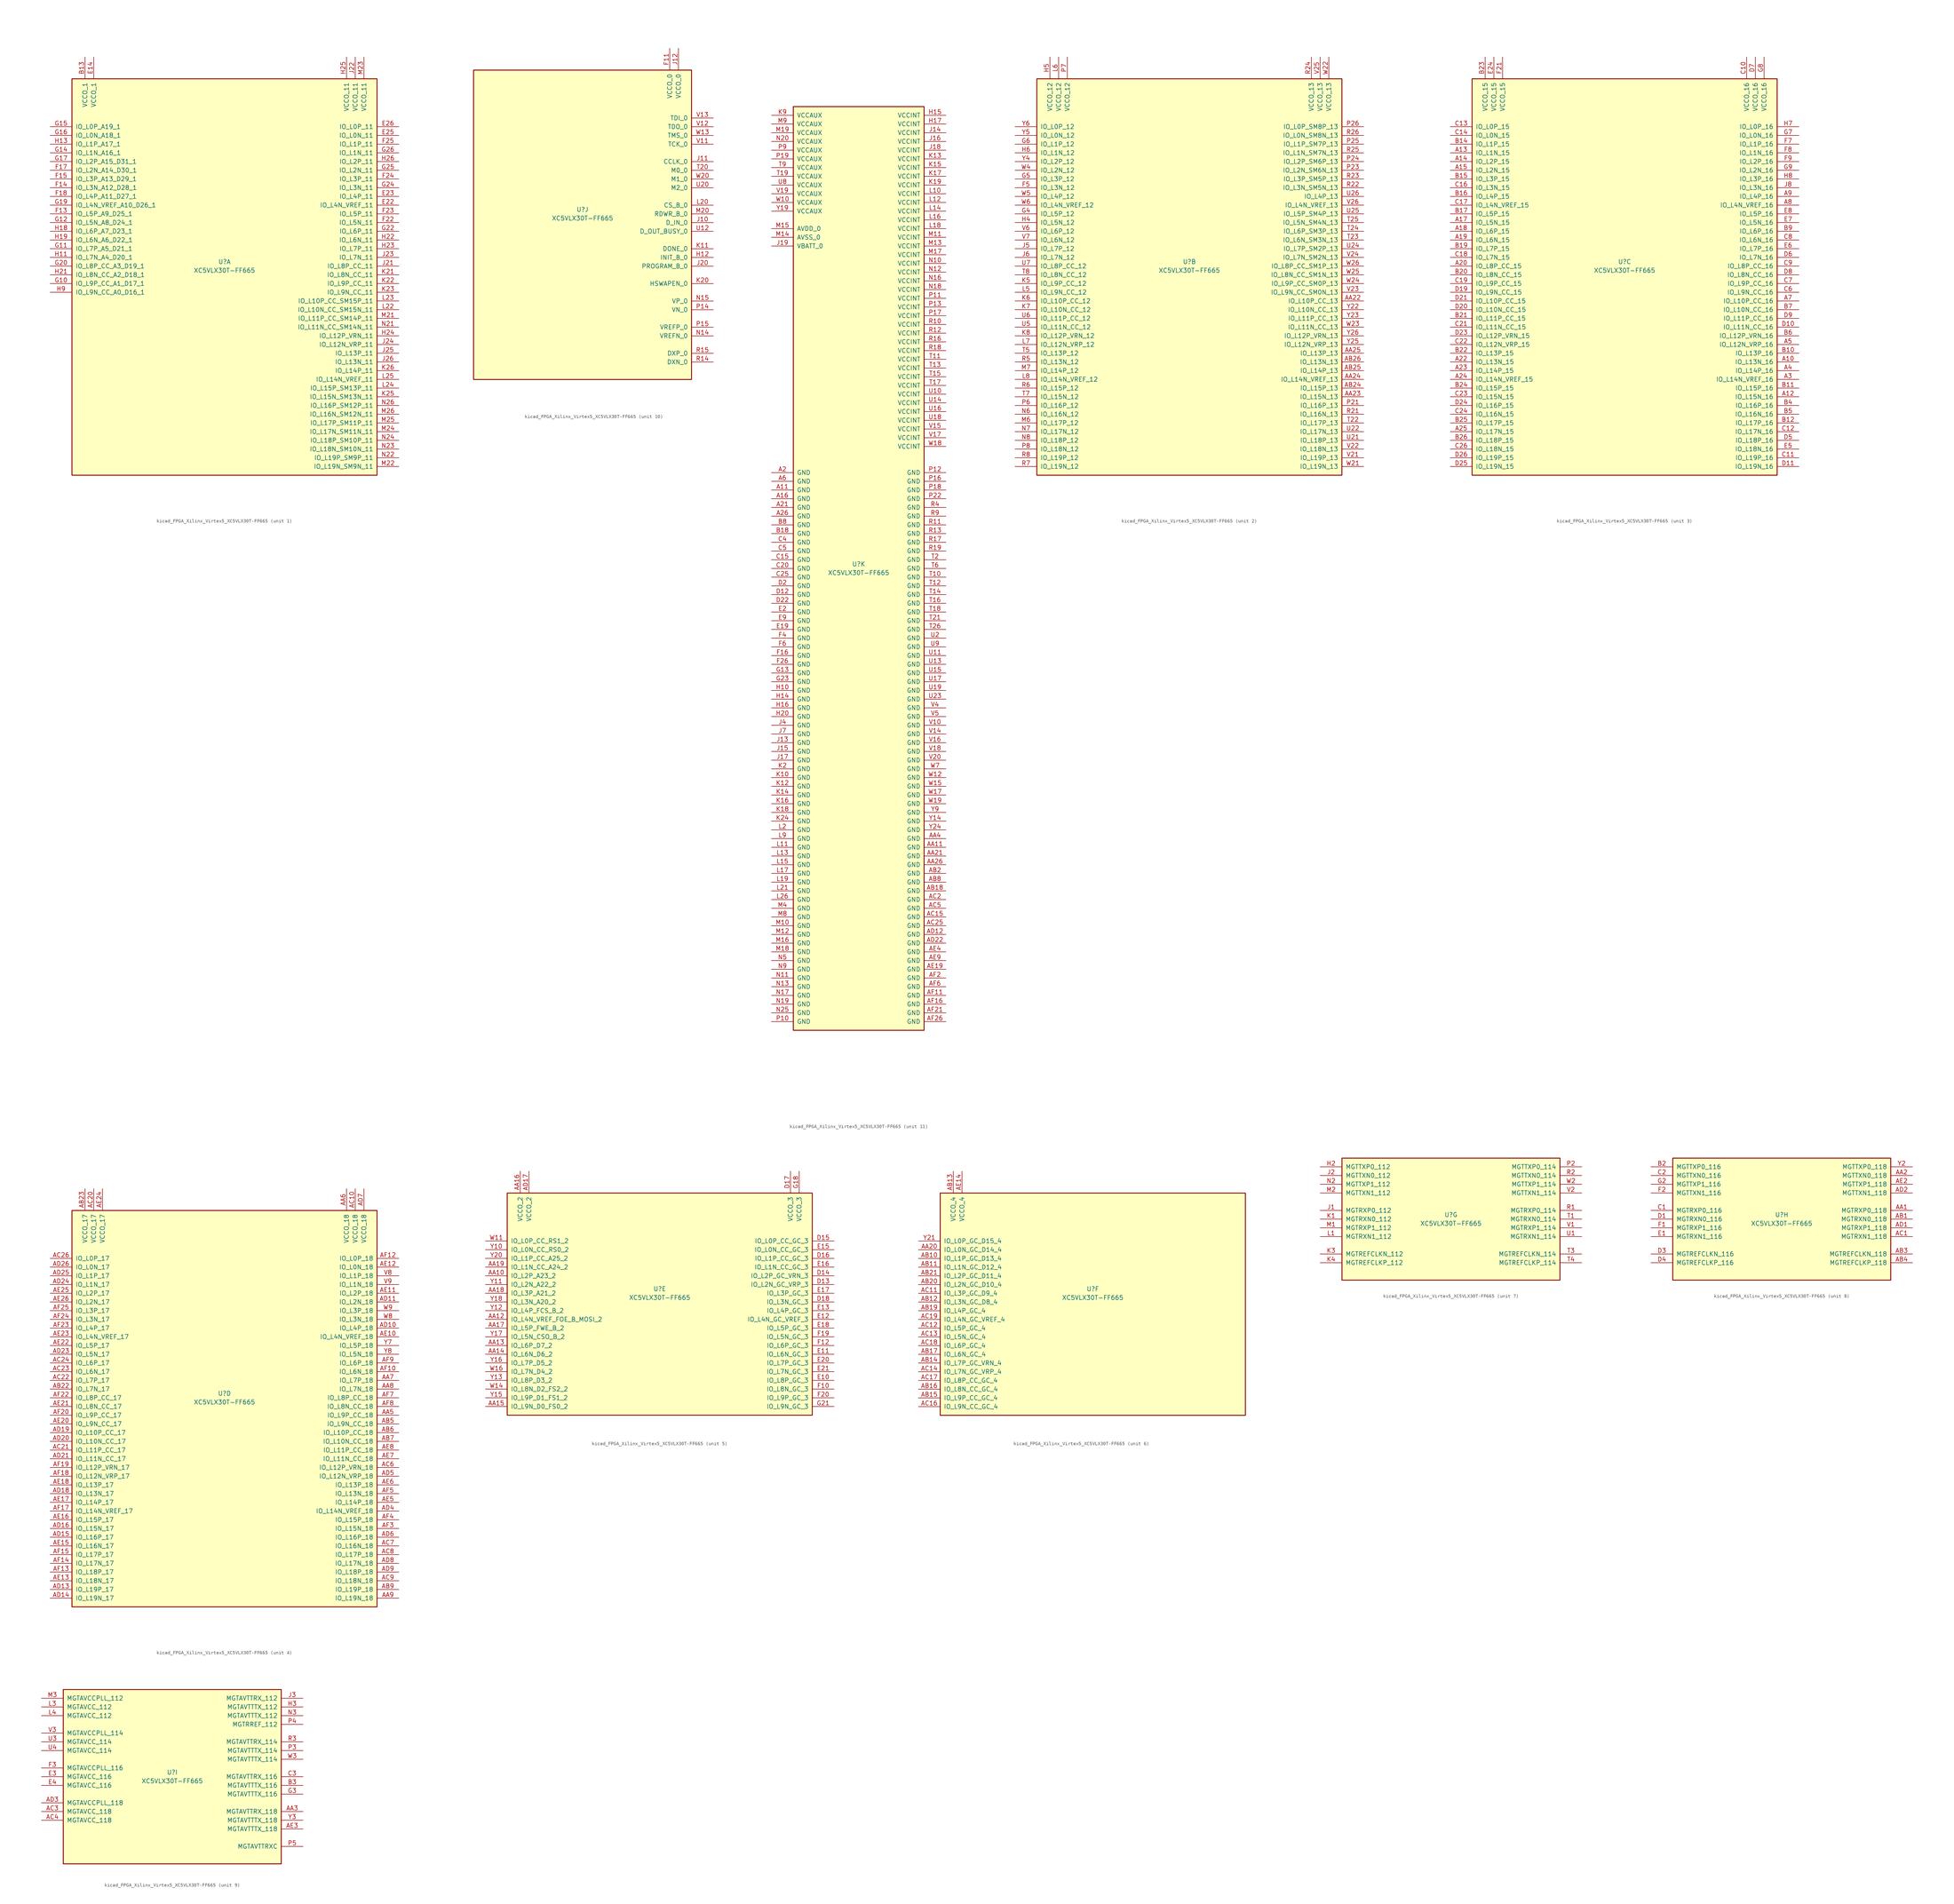
<source format=kicad_sym>
(kicad_symbol_lib
  (version 20220914)
  (generator kicad_symbol_editor)
  (symbol "kicad_FPGA_Xilinx_Virtex5_XC5VLX30T-FF665"
    (pin_names
      (offset 1.016))
    (property "Reference" "U"
      (at 0 1.27 0)
      (effects (font (size 1.27 1.27))))
    (property "Value" "XC5VLX30T-FF665"
      (at 0 -1.27 0)
      (effects (font (size 1.27 1.27))))
    (property "Datasheet" ""
      (at 0 0 0)
      (effects (font (size 1.27 1.27))))
    (property "ki_locked" ""
      (at 0 0 0)
      (effects (font (size 1.27 1.27))))
    (symbol "kicad_FPGA_Xilinx_Virtex5_XC5VLX30T-FF665_1_1"
      (rectangle (start -44.45 54.61) (end 44.45 -60.96) (stroke (width 0.254) (type default)) (fill (type background)))
      (pin power_in line (at -40.64 60.96 270) (length 6.35) (name "VCCO_1" (effects (font (size 1.27 1.27)))) (number "B13" (effects (font (size 1.27 1.27)))))
      (pin power_in line (at -38.1 60.96 270) (length 6.35) (name "VCCO_1" (effects (font (size 1.27 1.27)))) (number "E14" (effects (font (size 1.27 1.27)))))
      (pin bidirectional line (at 50.8 17.78 180) (length 6.35) (name "IO_L4N_VREF_11" (effects (font (size 1.27 1.27)))) (number "E22" (effects (font (size 1.27 1.27)))))
      (pin bidirectional line (at 50.8 20.32 180) (length 6.35) (name "IO_L4P_11" (effects (font (size 1.27 1.27)))) (number "E23" (effects (font (size 1.27 1.27)))))
      (pin bidirectional line (at 50.8 38.1 180) (length 6.35) (name "IO_L0N_11" (effects (font (size 1.27 1.27)))) (number "E25" (effects (font (size 1.27 1.27)))))
      (pin bidirectional line (at 50.8 40.64 180) (length 6.35) (name "IO_L0P_11" (effects (font (size 1.27 1.27)))) (number "E26" (effects (font (size 1.27 1.27)))))
      (pin bidirectional line (at -50.8 15.24 0) (length 6.35) (name "IO_L5P_A9_D25_1" (effects (font (size 1.27 1.27)))) (number "F13" (effects (font (size 1.27 1.27)))))
      (pin bidirectional line (at -50.8 22.86 0) (length 6.35) (name "IO_L3N_A12_D28_1" (effects (font (size 1.27 1.27)))) (number "F14" (effects (font (size 1.27 1.27)))))
      (pin bidirectional line (at -50.8 25.4 0) (length 6.35) (name "IO_L3P_A13_D29_1" (effects (font (size 1.27 1.27)))) (number "F15" (effects (font (size 1.27 1.27)))))
      (pin bidirectional line (at -50.8 27.94 0) (length 6.35) (name "IO_L2N_A14_D30_1" (effects (font (size 1.27 1.27)))) (number "F17" (effects (font (size 1.27 1.27)))))
      (pin bidirectional line (at -50.8 20.32 0) (length 6.35) (name "IO_L4P_A11_D27_1" (effects (font (size 1.27 1.27)))) (number "F18" (effects (font (size 1.27 1.27)))))
      (pin bidirectional line (at 50.8 12.7 180) (length 6.35) (name "IO_L5N_11" (effects (font (size 1.27 1.27)))) (number "F22" (effects (font (size 1.27 1.27)))))
      (pin bidirectional line (at 50.8 15.24 180) (length 6.35) (name "IO_L5P_11" (effects (font (size 1.27 1.27)))) (number "F23" (effects (font (size 1.27 1.27)))))
      (pin bidirectional line (at 50.8 25.4 180) (length 6.35) (name "IO_L3P_11" (effects (font (size 1.27 1.27)))) (number "F24" (effects (font (size 1.27 1.27)))))
      (pin bidirectional line (at 50.8 35.56 180) (length 6.35) (name "IO_L1P_11" (effects (font (size 1.27 1.27)))) (number "F25" (effects (font (size 1.27 1.27)))))
      (pin bidirectional line (at -50.8 -5.08 0) (length 6.35) (name "IO_L9P_CC_A1_D17_1" (effects (font (size 1.27 1.27)))) (number "G10" (effects (font (size 1.27 1.27)))))
      (pin bidirectional line (at -50.8 5.08 0) (length 6.35) (name "IO_L7P_A5_D21_1" (effects (font (size 1.27 1.27)))) (number "G11" (effects (font (size 1.27 1.27)))))
      (pin bidirectional line (at -50.8 12.7 0) (length 6.35) (name "IO_L5N_A8_D24_1" (effects (font (size 1.27 1.27)))) (number "G12" (effects (font (size 1.27 1.27)))))
      (pin bidirectional line (at -50.8 33.02 0) (length 6.35) (name "IO_L1N_A16_1" (effects (font (size 1.27 1.27)))) (number "G14" (effects (font (size 1.27 1.27)))))
      (pin bidirectional line (at -50.8 40.64 0) (length 6.35) (name "IO_L0P_A19_1" (effects (font (size 1.27 1.27)))) (number "G15" (effects (font (size 1.27 1.27)))))
      (pin bidirectional line (at -50.8 38.1 0) (length 6.35) (name "IO_L0N_A18_1" (effects (font (size 1.27 1.27)))) (number "G16" (effects (font (size 1.27 1.27)))))
      (pin bidirectional line (at -50.8 30.48 0) (length 6.35) (name "IO_L2P_A15_D31_1" (effects (font (size 1.27 1.27)))) (number "G17" (effects (font (size 1.27 1.27)))))
      (pin bidirectional line (at -50.8 17.78 0) (length 6.35) (name "IO_L4N_VREF_A10_D26_1" (effects (font (size 1.27 1.27)))) (number "G19" (effects (font (size 1.27 1.27)))))
      (pin bidirectional line (at -50.8 0 0) (length 6.35) (name "IO_L8P_CC_A3_D19_1" (effects (font (size 1.27 1.27)))) (number "G20" (effects (font (size 1.27 1.27)))))
      (pin bidirectional line (at 50.8 10.16 180) (length 6.35) (name "IO_L6P_11" (effects (font (size 1.27 1.27)))) (number "G22" (effects (font (size 1.27 1.27)))))
      (pin bidirectional line (at 50.8 22.86 180) (length 6.35) (name "IO_L3N_11" (effects (font (size 1.27 1.27)))) (number "G24" (effects (font (size 1.27 1.27)))))
      (pin bidirectional line (at 50.8 27.94 180) (length 6.35) (name "IO_L2N_11" (effects (font (size 1.27 1.27)))) (number "G25" (effects (font (size 1.27 1.27)))))
      (pin bidirectional line (at 50.8 33.02 180) (length 6.35) (name "IO_L1N_11" (effects (font (size 1.27 1.27)))) (number "G26" (effects (font (size 1.27 1.27)))))
      (pin bidirectional line (at -50.8 2.54 0) (length 6.35) (name "IO_L7N_A4_D20_1" (effects (font (size 1.27 1.27)))) (number "H11" (effects (font (size 1.27 1.27)))))
      (pin bidirectional line (at -50.8 35.56 0) (length 6.35) (name "IO_L1P_A17_1" (effects (font (size 1.27 1.27)))) (number "H13" (effects (font (size 1.27 1.27)))))
      (pin bidirectional line (at -50.8 10.16 0) (length 6.35) (name "IO_L6P_A7_D23_1" (effects (font (size 1.27 1.27)))) (number "H18" (effects (font (size 1.27 1.27)))))
      (pin bidirectional line (at -50.8 7.62 0) (length 6.35) (name "IO_L6N_A6_D22_1" (effects (font (size 1.27 1.27)))) (number "H19" (effects (font (size 1.27 1.27)))))
      (pin bidirectional line (at -50.8 -2.54 0) (length 6.35) (name "IO_L8N_CC_A2_D18_1" (effects (font (size 1.27 1.27)))) (number "H21" (effects (font (size 1.27 1.27)))))
      (pin bidirectional line (at 50.8 7.62 180) (length 6.35) (name "IO_L6N_11" (effects (font (size 1.27 1.27)))) (number "H22" (effects (font (size 1.27 1.27)))))
      (pin bidirectional line (at 50.8 5.08 180) (length 6.35) (name "IO_L7P_11" (effects (font (size 1.27 1.27)))) (number "H23" (effects (font (size 1.27 1.27)))))
      (pin bidirectional line (at 50.8 -20.32 180) (length 6.35) (name "IO_L12P_VRN_11" (effects (font (size 1.27 1.27)))) (number "H24" (effects (font (size 1.27 1.27)))))
      (pin power_in line (at 35.56 60.96 270) (length 6.35) (name "VCCO_11" (effects (font (size 1.27 1.27)))) (number "H25" (effects (font (size 1.27 1.27)))))
      (pin bidirectional line (at 50.8 30.48 180) (length 6.35) (name "IO_L2P_11" (effects (font (size 1.27 1.27)))) (number "H26" (effects (font (size 1.27 1.27)))))
      (pin bidirectional line (at -50.8 -7.62 0) (length 6.35) (name "IO_L9N_CC_A0_D16_1" (effects (font (size 1.27 1.27)))) (number "H9" (effects (font (size 1.27 1.27)))))
      (pin bidirectional line (at 50.8 0 180) (length 6.35) (name "IO_L8P_CC_11" (effects (font (size 1.27 1.27)))) (number "J21" (effects (font (size 1.27 1.27)))))
      (pin power_in line (at 38.1 60.96 270) (length 6.35) (name "VCCO_11" (effects (font (size 1.27 1.27)))) (number "J22" (effects (font (size 1.27 1.27)))))
      (pin bidirectional line (at 50.8 2.54 180) (length 6.35) (name "IO_L7N_11" (effects (font (size 1.27 1.27)))) (number "J23" (effects (font (size 1.27 1.27)))))
      (pin bidirectional line (at 50.8 -22.86 180) (length 6.35) (name "IO_L12N_VRP_11" (effects (font (size 1.27 1.27)))) (number "J24" (effects (font (size 1.27 1.27)))))
      (pin bidirectional line (at 50.8 -25.4 180) (length 6.35) (name "IO_L13P_11" (effects (font (size 1.27 1.27)))) (number "J25" (effects (font (size 1.27 1.27)))))
      (pin bidirectional line (at 50.8 -27.94 180) (length 6.35) (name "IO_L13N_11" (effects (font (size 1.27 1.27)))) (number "J26" (effects (font (size 1.27 1.27)))))
      (pin bidirectional line (at 50.8 -2.54 180) (length 6.35) (name "IO_L8N_CC_11" (effects (font (size 1.27 1.27)))) (number "K21" (effects (font (size 1.27 1.27)))))
      (pin bidirectional line (at 50.8 -5.08 180) (length 6.35) (name "IO_L9P_CC_11" (effects (font (size 1.27 1.27)))) (number "K22" (effects (font (size 1.27 1.27)))))
      (pin bidirectional line (at 50.8 -7.62 180) (length 6.35) (name "IO_L9N_CC_11" (effects (font (size 1.27 1.27)))) (number "K23" (effects (font (size 1.27 1.27)))))
      (pin bidirectional line (at 50.8 -38.1 180) (length 6.35) (name "IO_L15N_SM13N_11" (effects (font (size 1.27 1.27)))) (number "K25" (effects (font (size 1.27 1.27)))))
      (pin bidirectional line (at 50.8 -30.48 180) (length 6.35) (name "IO_L14P_11" (effects (font (size 1.27 1.27)))) (number "K26" (effects (font (size 1.27 1.27)))))
      (pin bidirectional line (at 50.8 -12.7 180) (length 6.35) (name "IO_L10N_CC_SM15N_11" (effects (font (size 1.27 1.27)))) (number "L22" (effects (font (size 1.27 1.27)))))
      (pin bidirectional line (at 50.8 -10.16 180) (length 6.35) (name "IO_L10P_CC_SM15P_11" (effects (font (size 1.27 1.27)))) (number "L23" (effects (font (size 1.27 1.27)))))
      (pin bidirectional line (at 50.8 -35.56 180) (length 6.35) (name "IO_L15P_SM13P_11" (effects (font (size 1.27 1.27)))) (number "L24" (effects (font (size 1.27 1.27)))))
      (pin bidirectional line (at 50.8 -33.02 180) (length 6.35) (name "IO_L14N_VREF_11" (effects (font (size 1.27 1.27)))) (number "L25" (effects (font (size 1.27 1.27)))))
      (pin bidirectional line (at 50.8 -15.24 180) (length 6.35) (name "IO_L11P_CC_SM14P_11" (effects (font (size 1.27 1.27)))) (number "M21" (effects (font (size 1.27 1.27)))))
      (pin bidirectional line (at 50.8 -58.42 180) (length 6.35) (name "IO_L19N_SM9N_11" (effects (font (size 1.27 1.27)))) (number "M22" (effects (font (size 1.27 1.27)))))
      (pin power_in line (at 40.64 60.96 270) (length 6.35) (name "VCCO_11" (effects (font (size 1.27 1.27)))) (number "M23" (effects (font (size 1.27 1.27)))))
      (pin bidirectional line (at 50.8 -48.26 180) (length 6.35) (name "IO_L17N_SM11N_11" (effects (font (size 1.27 1.27)))) (number "M24" (effects (font (size 1.27 1.27)))))
      (pin bidirectional line (at 50.8 -45.72 180) (length 6.35) (name "IO_L17P_SM11P_11" (effects (font (size 1.27 1.27)))) (number "M25" (effects (font (size 1.27 1.27)))))
      (pin bidirectional line (at 50.8 -43.18 180) (length 6.35) (name "IO_L16N_SM12N_11" (effects (font (size 1.27 1.27)))) (number "M26" (effects (font (size 1.27 1.27)))))
      (pin bidirectional line (at 50.8 -17.78 180) (length 6.35) (name "IO_L11N_CC_SM14N_11" (effects (font (size 1.27 1.27)))) (number "N21" (effects (font (size 1.27 1.27)))))
      (pin bidirectional line (at 50.8 -55.88 180) (length 6.35) (name "IO_L19P_SM9P_11" (effects (font (size 1.27 1.27)))) (number "N22" (effects (font (size 1.27 1.27)))))
      (pin bidirectional line (at 50.8 -53.34 180) (length 6.35) (name "IO_L18N_SM10N_11" (effects (font (size 1.27 1.27)))) (number "N23" (effects (font (size 1.27 1.27)))))
      (pin bidirectional line (at 50.8 -50.8 180) (length 6.35) (name "IO_L18P_SM10P_11" (effects (font (size 1.27 1.27)))) (number "N24" (effects (font (size 1.27 1.27)))))
      (pin bidirectional line (at 50.8 -40.64 180) (length 6.35) (name "IO_L16P_SM12P_11" (effects (font (size 1.27 1.27)))) (number "N26" (effects (font (size 1.27 1.27))))))
    (symbol "kicad_FPGA_Xilinx_Virtex5_XC5VLX30T-FF665_2_1"
      (rectangle (start -44.45 54.61) (end 44.45 -60.96) (stroke (width 0.254) (type default)) (fill (type background)))
      (pin bidirectional line (at 50.8 -10.16 180) (length 6.35) (name "IO_L10P_CC_13" (effects (font (size 1.27 1.27)))) (number "AA22" (effects (font (size 1.27 1.27)))))
      (pin bidirectional line (at 50.8 -38.1 180) (length 6.35) (name "IO_L15N_13" (effects (font (size 1.27 1.27)))) (number "AA23" (effects (font (size 1.27 1.27)))))
      (pin bidirectional line (at 50.8 -33.02 180) (length 6.35) (name "IO_L14N_VREF_13" (effects (font (size 1.27 1.27)))) (number "AA24" (effects (font (size 1.27 1.27)))))
      (pin bidirectional line (at 50.8 -25.4 180) (length 6.35) (name "IO_L13P_13" (effects (font (size 1.27 1.27)))) (number "AA25" (effects (font (size 1.27 1.27)))))
      (pin bidirectional line (at 50.8 -35.56 180) (length 6.35) (name "IO_L15P_13" (effects (font (size 1.27 1.27)))) (number "AB24" (effects (font (size 1.27 1.27)))))
      (pin bidirectional line (at 50.8 -30.48 180) (length 6.35) (name "IO_L14P_13" (effects (font (size 1.27 1.27)))) (number "AB25" (effects (font (size 1.27 1.27)))))
      (pin bidirectional line (at 50.8 -27.94 180) (length 6.35) (name "IO_L13N_13" (effects (font (size 1.27 1.27)))) (number "AB26" (effects (font (size 1.27 1.27)))))
      (pin bidirectional line (at -50.8 22.86 0) (length 6.35) (name "IO_L3N_12" (effects (font (size 1.27 1.27)))) (number "F5" (effects (font (size 1.27 1.27)))))
      (pin bidirectional line (at -50.8 15.24 0) (length 6.35) (name "IO_L5P_12" (effects (font (size 1.27 1.27)))) (number "G4" (effects (font (size 1.27 1.27)))))
      (pin bidirectional line (at -50.8 25.4 0) (length 6.35) (name "IO_L3P_12" (effects (font (size 1.27 1.27)))) (number "G5" (effects (font (size 1.27 1.27)))))
      (pin bidirectional line (at -50.8 35.56 0) (length 6.35) (name "IO_L1P_12" (effects (font (size 1.27 1.27)))) (number "G6" (effects (font (size 1.27 1.27)))))
      (pin bidirectional line (at -50.8 12.7 0) (length 6.35) (name "IO_L5N_12" (effects (font (size 1.27 1.27)))) (number "H4" (effects (font (size 1.27 1.27)))))
      (pin power_in line (at -40.64 60.96 270) (length 6.35) (name "VCCO_12" (effects (font (size 1.27 1.27)))) (number "H5" (effects (font (size 1.27 1.27)))))
      (pin bidirectional line (at -50.8 33.02 0) (length 6.35) (name "IO_L1N_12" (effects (font (size 1.27 1.27)))) (number "H6" (effects (font (size 1.27 1.27)))))
      (pin bidirectional line (at -50.8 5.08 0) (length 6.35) (name "IO_L7P_12" (effects (font (size 1.27 1.27)))) (number "J5" (effects (font (size 1.27 1.27)))))
      (pin bidirectional line (at -50.8 2.54 0) (length 6.35) (name "IO_L7N_12" (effects (font (size 1.27 1.27)))) (number "J6" (effects (font (size 1.27 1.27)))))
      (pin bidirectional line (at -50.8 -5.08 0) (length 6.35) (name "IO_L9P_CC_12" (effects (font (size 1.27 1.27)))) (number "K5" (effects (font (size 1.27 1.27)))))
      (pin bidirectional line (at -50.8 -10.16 0) (length 6.35) (name "IO_L10P_CC_12" (effects (font (size 1.27 1.27)))) (number "K6" (effects (font (size 1.27 1.27)))))
      (pin bidirectional line (at -50.8 -12.7 0) (length 6.35) (name "IO_L10N_CC_12" (effects (font (size 1.27 1.27)))) (number "K7" (effects (font (size 1.27 1.27)))))
      (pin bidirectional line (at -50.8 -20.32 0) (length 6.35) (name "IO_L12P_VRN_12" (effects (font (size 1.27 1.27)))) (number "K8" (effects (font (size 1.27 1.27)))))
      (pin bidirectional line (at -50.8 -7.62 0) (length 6.35) (name "IO_L9N_CC_12" (effects (font (size 1.27 1.27)))) (number "L5" (effects (font (size 1.27 1.27)))))
      (pin power_in line (at -38.1 60.96 270) (length 6.35) (name "VCCO_12" (effects (font (size 1.27 1.27)))) (number "L6" (effects (font (size 1.27 1.27)))))
      (pin bidirectional line (at -50.8 -22.86 0) (length 6.35) (name "IO_L12N_VRP_12" (effects (font (size 1.27 1.27)))) (number "L7" (effects (font (size 1.27 1.27)))))
      (pin bidirectional line (at -50.8 -33.02 0) (length 6.35) (name "IO_L14N_VREF_12" (effects (font (size 1.27 1.27)))) (number "L8" (effects (font (size 1.27 1.27)))))
      (pin bidirectional line (at -50.8 -45.72 0) (length 6.35) (name "IO_L17P_12" (effects (font (size 1.27 1.27)))) (number "M6" (effects (font (size 1.27 1.27)))))
      (pin bidirectional line (at -50.8 -30.48 0) (length 6.35) (name "IO_L14P_12" (effects (font (size 1.27 1.27)))) (number "M7" (effects (font (size 1.27 1.27)))))
      (pin bidirectional line (at -50.8 -43.18 0) (length 6.35) (name "IO_L16N_12" (effects (font (size 1.27 1.27)))) (number "N6" (effects (font (size 1.27 1.27)))))
      (pin bidirectional line (at -50.8 -48.26 0) (length 6.35) (name "IO_L17N_12" (effects (font (size 1.27 1.27)))) (number "N7" (effects (font (size 1.27 1.27)))))
      (pin bidirectional line (at -50.8 -50.8 0) (length 6.35) (name "IO_L18P_12" (effects (font (size 1.27 1.27)))) (number "N8" (effects (font (size 1.27 1.27)))))
      (pin bidirectional line (at 50.8 -40.64 180) (length 6.35) (name "IO_L16P_13" (effects (font (size 1.27 1.27)))) (number "P21" (effects (font (size 1.27 1.27)))))
      (pin bidirectional line (at 50.8 27.94 180) (length 6.35) (name "IO_L2N_SM6N_13" (effects (font (size 1.27 1.27)))) (number "P23" (effects (font (size 1.27 1.27)))))
      (pin bidirectional line (at 50.8 30.48 180) (length 6.35) (name "IO_L2P_SM6P_13" (effects (font (size 1.27 1.27)))) (number "P24" (effects (font (size 1.27 1.27)))))
      (pin bidirectional line (at 50.8 35.56 180) (length 6.35) (name "IO_L1P_SM7P_13" (effects (font (size 1.27 1.27)))) (number "P25" (effects (font (size 1.27 1.27)))))
      (pin bidirectional line (at 50.8 40.64 180) (length 6.35) (name "IO_L0P_SM8P_13" (effects (font (size 1.27 1.27)))) (number "P26" (effects (font (size 1.27 1.27)))))
      (pin bidirectional line (at -50.8 -40.64 0) (length 6.35) (name "IO_L16P_12" (effects (font (size 1.27 1.27)))) (number "P6" (effects (font (size 1.27 1.27)))))
      (pin power_in line (at -35.56 60.96 270) (length 6.35) (name "VCCO_12" (effects (font (size 1.27 1.27)))) (number "P7" (effects (font (size 1.27 1.27)))))
      (pin bidirectional line (at -50.8 -53.34 0) (length 6.35) (name "IO_L18N_12" (effects (font (size 1.27 1.27)))) (number "P8" (effects (font (size 1.27 1.27)))))
      (pin bidirectional line (at 50.8 -43.18 180) (length 6.35) (name "IO_L16N_13" (effects (font (size 1.27 1.27)))) (number "R21" (effects (font (size 1.27 1.27)))))
      (pin bidirectional line (at 50.8 22.86 180) (length 6.35) (name "IO_L3N_SM5N_13" (effects (font (size 1.27 1.27)))) (number "R22" (effects (font (size 1.27 1.27)))))
      (pin bidirectional line (at 50.8 25.4 180) (length 6.35) (name "IO_L3P_SM5P_13" (effects (font (size 1.27 1.27)))) (number "R23" (effects (font (size 1.27 1.27)))))
      (pin power_in line (at 35.56 60.96 270) (length 6.35) (name "VCCO_13" (effects (font (size 1.27 1.27)))) (number "R24" (effects (font (size 1.27 1.27)))))
      (pin bidirectional line (at 50.8 33.02 180) (length 6.35) (name "IO_L1N_SM7N_13" (effects (font (size 1.27 1.27)))) (number "R25" (effects (font (size 1.27 1.27)))))
      (pin bidirectional line (at 50.8 38.1 180) (length 6.35) (name "IO_L0N_SM8N_13" (effects (font (size 1.27 1.27)))) (number "R26" (effects (font (size 1.27 1.27)))))
      (pin bidirectional line (at -50.8 -27.94 0) (length 6.35) (name "IO_L13N_12" (effects (font (size 1.27 1.27)))) (number "R5" (effects (font (size 1.27 1.27)))))
      (pin bidirectional line (at -50.8 -35.56 0) (length 6.35) (name "IO_L15P_12" (effects (font (size 1.27 1.27)))) (number "R6" (effects (font (size 1.27 1.27)))))
      (pin bidirectional line (at -50.8 -58.42 0) (length 6.35) (name "IO_L19N_12" (effects (font (size 1.27 1.27)))) (number "R7" (effects (font (size 1.27 1.27)))))
      (pin bidirectional line (at -50.8 -55.88 0) (length 6.35) (name "IO_L19P_12" (effects (font (size 1.27 1.27)))) (number "R8" (effects (font (size 1.27 1.27)))))
      (pin bidirectional line (at 50.8 -45.72 180) (length 6.35) (name "IO_L17P_13" (effects (font (size 1.27 1.27)))) (number "T22" (effects (font (size 1.27 1.27)))))
      (pin bidirectional line (at 50.8 7.62 180) (length 6.35) (name "IO_L6N_SM3N_13" (effects (font (size 1.27 1.27)))) (number "T23" (effects (font (size 1.27 1.27)))))
      (pin bidirectional line (at 50.8 10.16 180) (length 6.35) (name "IO_L6P_SM3P_13" (effects (font (size 1.27 1.27)))) (number "T24" (effects (font (size 1.27 1.27)))))
      (pin bidirectional line (at 50.8 12.7 180) (length 6.35) (name "IO_L5N_SM4N_13" (effects (font (size 1.27 1.27)))) (number "T25" (effects (font (size 1.27 1.27)))))
      (pin bidirectional line (at -50.8 -25.4 0) (length 6.35) (name "IO_L13P_12" (effects (font (size 1.27 1.27)))) (number "T5" (effects (font (size 1.27 1.27)))))
      (pin bidirectional line (at -50.8 -38.1 0) (length 6.35) (name "IO_L15N_12" (effects (font (size 1.27 1.27)))) (number "T7" (effects (font (size 1.27 1.27)))))
      (pin bidirectional line (at -50.8 -2.54 0) (length 6.35) (name "IO_L8N_CC_12" (effects (font (size 1.27 1.27)))) (number "T8" (effects (font (size 1.27 1.27)))))
      (pin bidirectional line (at 50.8 -50.8 180) (length 6.35) (name "IO_L18P_13" (effects (font (size 1.27 1.27)))) (number "U21" (effects (font (size 1.27 1.27)))))
      (pin bidirectional line (at 50.8 -48.26 180) (length 6.35) (name "IO_L17N_13" (effects (font (size 1.27 1.27)))) (number "U22" (effects (font (size 1.27 1.27)))))
      (pin bidirectional line (at 50.8 5.08 180) (length 6.35) (name "IO_L7P_SM2P_13" (effects (font (size 1.27 1.27)))) (number "U24" (effects (font (size 1.27 1.27)))))
      (pin bidirectional line (at 50.8 15.24 180) (length 6.35) (name "IO_L5P_SM4P_13" (effects (font (size 1.27 1.27)))) (number "U25" (effects (font (size 1.27 1.27)))))
      (pin bidirectional line (at 50.8 20.32 180) (length 6.35) (name "IO_L4P_13" (effects (font (size 1.27 1.27)))) (number "U26" (effects (font (size 1.27 1.27)))))
      (pin bidirectional line (at -50.8 -17.78 0) (length 6.35) (name "IO_L11N_CC_12" (effects (font (size 1.27 1.27)))) (number "U5" (effects (font (size 1.27 1.27)))))
      (pin bidirectional line (at -50.8 -15.24 0) (length 6.35) (name "IO_L11P_CC_12" (effects (font (size 1.27 1.27)))) (number "U6" (effects (font (size 1.27 1.27)))))
      (pin bidirectional line (at -50.8 0 0) (length 6.35) (name "IO_L8P_CC_12" (effects (font (size 1.27 1.27)))) (number "U7" (effects (font (size 1.27 1.27)))))
      (pin bidirectional line (at 50.8 -55.88 180) (length 6.35) (name "IO_L19P_13" (effects (font (size 1.27 1.27)))) (number "V21" (effects (font (size 1.27 1.27)))))
      (pin bidirectional line (at 50.8 -53.34 180) (length 6.35) (name "IO_L18N_13" (effects (font (size 1.27 1.27)))) (number "V22" (effects (font (size 1.27 1.27)))))
      (pin bidirectional line (at 50.8 -7.62 180) (length 6.35) (name "IO_L9N_CC_SM0N_13" (effects (font (size 1.27 1.27)))) (number "V23" (effects (font (size 1.27 1.27)))))
      (pin bidirectional line (at 50.8 2.54 180) (length 6.35) (name "IO_L7N_SM2N_13" (effects (font (size 1.27 1.27)))) (number "V24" (effects (font (size 1.27 1.27)))))
      (pin power_in line (at 38.1 60.96 270) (length 6.35) (name "VCCO_13" (effects (font (size 1.27 1.27)))) (number "V25" (effects (font (size 1.27 1.27)))))
      (pin bidirectional line (at 50.8 17.78 180) (length 6.35) (name "IO_L4N_VREF_13" (effects (font (size 1.27 1.27)))) (number "V26" (effects (font (size 1.27 1.27)))))
      (pin bidirectional line (at -50.8 10.16 0) (length 6.35) (name "IO_L6P_12" (effects (font (size 1.27 1.27)))) (number "V6" (effects (font (size 1.27 1.27)))))
      (pin bidirectional line (at -50.8 7.62 0) (length 6.35) (name "IO_L6N_12" (effects (font (size 1.27 1.27)))) (number "V7" (effects (font (size 1.27 1.27)))))
      (pin bidirectional line (at 50.8 -58.42 180) (length 6.35) (name "IO_L19N_13" (effects (font (size 1.27 1.27)))) (number "W21" (effects (font (size 1.27 1.27)))))
      (pin power_in line (at 40.64 60.96 270) (length 6.35) (name "VCCO_13" (effects (font (size 1.27 1.27)))) (number "W22" (effects (font (size 1.27 1.27)))))
      (pin bidirectional line (at 50.8 -17.78 180) (length 6.35) (name "IO_L11N_CC_13" (effects (font (size 1.27 1.27)))) (number "W23" (effects (font (size 1.27 1.27)))))
      (pin bidirectional line (at 50.8 -5.08 180) (length 6.35) (name "IO_L9P_CC_SM0P_13" (effects (font (size 1.27 1.27)))) (number "W24" (effects (font (size 1.27 1.27)))))
      (pin bidirectional line (at 50.8 -2.54 180) (length 6.35) (name "IO_L8N_CC_SM1N_13" (effects (font (size 1.27 1.27)))) (number "W25" (effects (font (size 1.27 1.27)))))
      (pin bidirectional line (at 50.8 0 180) (length 6.35) (name "IO_L8P_CC_SM1P_13" (effects (font (size 1.27 1.27)))) (number "W26" (effects (font (size 1.27 1.27)))))
      (pin bidirectional line (at -50.8 27.94 0) (length 6.35) (name "IO_L2N_12" (effects (font (size 1.27 1.27)))) (number "W4" (effects (font (size 1.27 1.27)))))
      (pin bidirectional line (at -50.8 20.32 0) (length 6.35) (name "IO_L4P_12" (effects (font (size 1.27 1.27)))) (number "W5" (effects (font (size 1.27 1.27)))))
      (pin bidirectional line (at -50.8 17.78 0) (length 6.35) (name "IO_L4N_VREF_12" (effects (font (size 1.27 1.27)))) (number "W6" (effects (font (size 1.27 1.27)))))
      (pin bidirectional line (at 50.8 -12.7 180) (length 6.35) (name "IO_L10N_CC_13" (effects (font (size 1.27 1.27)))) (number "Y22" (effects (font (size 1.27 1.27)))))
      (pin bidirectional line (at 50.8 -15.24 180) (length 6.35) (name "IO_L11P_CC_13" (effects (font (size 1.27 1.27)))) (number "Y23" (effects (font (size 1.27 1.27)))))
      (pin bidirectional line (at 50.8 -22.86 180) (length 6.35) (name "IO_L12N_VRP_13" (effects (font (size 1.27 1.27)))) (number "Y25" (effects (font (size 1.27 1.27)))))
      (pin bidirectional line (at 50.8 -20.32 180) (length 6.35) (name "IO_L12P_VRN_13" (effects (font (size 1.27 1.27)))) (number "Y26" (effects (font (size 1.27 1.27)))))
      (pin bidirectional line (at -50.8 30.48 0) (length 6.35) (name "IO_L2P_12" (effects (font (size 1.27 1.27)))) (number "Y4" (effects (font (size 1.27 1.27)))))
      (pin bidirectional line (at -50.8 38.1 0) (length 6.35) (name "IO_L0N_12" (effects (font (size 1.27 1.27)))) (number "Y5" (effects (font (size 1.27 1.27)))))
      (pin bidirectional line (at -50.8 40.64 0) (length 6.35) (name "IO_L0P_12" (effects (font (size 1.27 1.27)))) (number "Y6" (effects (font (size 1.27 1.27))))))
    (symbol "kicad_FPGA_Xilinx_Virtex5_XC5VLX30T-FF665_3_1"
      (rectangle (start -44.45 54.61) (end 44.45 -60.96) (stroke (width 0.254) (type default)) (fill (type background)))
      (pin bidirectional line (at 50.8 -27.94 180) (length 6.35) (name "IO_L13N_16" (effects (font (size 1.27 1.27)))) (number "A10" (effects (font (size 1.27 1.27)))))
      (pin bidirectional line (at 50.8 -38.1 180) (length 6.35) (name "IO_L15N_16" (effects (font (size 1.27 1.27)))) (number "A12" (effects (font (size 1.27 1.27)))))
      (pin bidirectional line (at -50.8 33.02 0) (length 6.35) (name "IO_L1N_15" (effects (font (size 1.27 1.27)))) (number "A13" (effects (font (size 1.27 1.27)))))
      (pin bidirectional line (at -50.8 30.48 0) (length 6.35) (name "IO_L2P_15" (effects (font (size 1.27 1.27)))) (number "A14" (effects (font (size 1.27 1.27)))))
      (pin bidirectional line (at -50.8 27.94 0) (length 6.35) (name "IO_L2N_15" (effects (font (size 1.27 1.27)))) (number "A15" (effects (font (size 1.27 1.27)))))
      (pin bidirectional line (at -50.8 12.7 0) (length 6.35) (name "IO_L5N_15" (effects (font (size 1.27 1.27)))) (number "A17" (effects (font (size 1.27 1.27)))))
      (pin bidirectional line (at -50.8 10.16 0) (length 6.35) (name "IO_L6P_15" (effects (font (size 1.27 1.27)))) (number "A18" (effects (font (size 1.27 1.27)))))
      (pin bidirectional line (at -50.8 7.62 0) (length 6.35) (name "IO_L6N_15" (effects (font (size 1.27 1.27)))) (number "A19" (effects (font (size 1.27 1.27)))))
      (pin bidirectional line (at -50.8 0 0) (length 6.35) (name "IO_L8P_CC_15" (effects (font (size 1.27 1.27)))) (number "A20" (effects (font (size 1.27 1.27)))))
      (pin bidirectional line (at -50.8 -27.94 0) (length 6.35) (name "IO_L13N_15" (effects (font (size 1.27 1.27)))) (number "A22" (effects (font (size 1.27 1.27)))))
      (pin bidirectional line (at -50.8 -30.48 0) (length 6.35) (name "IO_L14P_15" (effects (font (size 1.27 1.27)))) (number "A23" (effects (font (size 1.27 1.27)))))
      (pin bidirectional line (at -50.8 -33.02 0) (length 6.35) (name "IO_L14N_VREF_15" (effects (font (size 1.27 1.27)))) (number "A24" (effects (font (size 1.27 1.27)))))
      (pin bidirectional line (at -50.8 -48.26 0) (length 6.35) (name "IO_L17N_15" (effects (font (size 1.27 1.27)))) (number "A25" (effects (font (size 1.27 1.27)))))
      (pin bidirectional line (at 50.8 -33.02 180) (length 6.35) (name "IO_L14N_VREF_16" (effects (font (size 1.27 1.27)))) (number "A3" (effects (font (size 1.27 1.27)))))
      (pin bidirectional line (at 50.8 -30.48 180) (length 6.35) (name "IO_L14P_16" (effects (font (size 1.27 1.27)))) (number "A4" (effects (font (size 1.27 1.27)))))
      (pin bidirectional line (at 50.8 -22.86 180) (length 6.35) (name "IO_L12N_VRP_16" (effects (font (size 1.27 1.27)))) (number "A5" (effects (font (size 1.27 1.27)))))
      (pin bidirectional line (at 50.8 -10.16 180) (length 6.35) (name "IO_L10P_CC_16" (effects (font (size 1.27 1.27)))) (number "A7" (effects (font (size 1.27 1.27)))))
      (pin bidirectional line (at 50.8 17.78 180) (length 6.35) (name "IO_L4N_VREF_16" (effects (font (size 1.27 1.27)))) (number "A8" (effects (font (size 1.27 1.27)))))
      (pin bidirectional line (at 50.8 20.32 180) (length 6.35) (name "IO_L4P_16" (effects (font (size 1.27 1.27)))) (number "A9" (effects (font (size 1.27 1.27)))))
      (pin bidirectional line (at 50.8 -25.4 180) (length 6.35) (name "IO_L13P_16" (effects (font (size 1.27 1.27)))) (number "B10" (effects (font (size 1.27 1.27)))))
      (pin bidirectional line (at 50.8 -35.56 180) (length 6.35) (name "IO_L15P_16" (effects (font (size 1.27 1.27)))) (number "B11" (effects (font (size 1.27 1.27)))))
      (pin bidirectional line (at 50.8 -45.72 180) (length 6.35) (name "IO_L17P_16" (effects (font (size 1.27 1.27)))) (number "B12" (effects (font (size 1.27 1.27)))))
      (pin bidirectional line (at -50.8 35.56 0) (length 6.35) (name "IO_L1P_15" (effects (font (size 1.27 1.27)))) (number "B14" (effects (font (size 1.27 1.27)))))
      (pin bidirectional line (at -50.8 25.4 0) (length 6.35) (name "IO_L3P_15" (effects (font (size 1.27 1.27)))) (number "B15" (effects (font (size 1.27 1.27)))))
      (pin bidirectional line (at -50.8 20.32 0) (length 6.35) (name "IO_L4P_15" (effects (font (size 1.27 1.27)))) (number "B16" (effects (font (size 1.27 1.27)))))
      (pin bidirectional line (at -50.8 15.24 0) (length 6.35) (name "IO_L5P_15" (effects (font (size 1.27 1.27)))) (number "B17" (effects (font (size 1.27 1.27)))))
      (pin bidirectional line (at -50.8 5.08 0) (length 6.35) (name "IO_L7P_15" (effects (font (size 1.27 1.27)))) (number "B19" (effects (font (size 1.27 1.27)))))
      (pin bidirectional line (at -50.8 -2.54 0) (length 6.35) (name "IO_L8N_CC_15" (effects (font (size 1.27 1.27)))) (number "B20" (effects (font (size 1.27 1.27)))))
      (pin bidirectional line (at -50.8 -15.24 0) (length 6.35) (name "IO_L11P_CC_15" (effects (font (size 1.27 1.27)))) (number "B21" (effects (font (size 1.27 1.27)))))
      (pin bidirectional line (at -50.8 -25.4 0) (length 6.35) (name "IO_L13P_15" (effects (font (size 1.27 1.27)))) (number "B22" (effects (font (size 1.27 1.27)))))
      (pin power_in line (at -40.64 60.96 270) (length 6.35) (name "VCCO_15" (effects (font (size 1.27 1.27)))) (number "B23" (effects (font (size 1.27 1.27)))))
      (pin bidirectional line (at -50.8 -35.56 0) (length 6.35) (name "IO_L15P_15" (effects (font (size 1.27 1.27)))) (number "B24" (effects (font (size 1.27 1.27)))))
      (pin bidirectional line (at -50.8 -45.72 0) (length 6.35) (name "IO_L17P_15" (effects (font (size 1.27 1.27)))) (number "B25" (effects (font (size 1.27 1.27)))))
      (pin bidirectional line (at -50.8 -50.8 0) (length 6.35) (name "IO_L18P_15" (effects (font (size 1.27 1.27)))) (number "B26" (effects (font (size 1.27 1.27)))))
      (pin bidirectional line (at 50.8 -40.64 180) (length 6.35) (name "IO_L16P_16" (effects (font (size 1.27 1.27)))) (number "B4" (effects (font (size 1.27 1.27)))))
      (pin bidirectional line (at 50.8 -43.18 180) (length 6.35) (name "IO_L16N_16" (effects (font (size 1.27 1.27)))) (number "B5" (effects (font (size 1.27 1.27)))))
      (pin bidirectional line (at 50.8 -20.32 180) (length 6.35) (name "IO_L12P_VRN_16" (effects (font (size 1.27 1.27)))) (number "B6" (effects (font (size 1.27 1.27)))))
      (pin bidirectional line (at 50.8 -12.7 180) (length 6.35) (name "IO_L10N_CC_16" (effects (font (size 1.27 1.27)))) (number "B7" (effects (font (size 1.27 1.27)))))
      (pin bidirectional line (at 50.8 10.16 180) (length 6.35) (name "IO_L6P_16" (effects (font (size 1.27 1.27)))) (number "B9" (effects (font (size 1.27 1.27)))))
      (pin power_in line (at 35.56 60.96 270) (length 6.35) (name "VCCO_16" (effects (font (size 1.27 1.27)))) (number "C10" (effects (font (size 1.27 1.27)))))
      (pin bidirectional line (at 50.8 -55.88 180) (length 6.35) (name "IO_L19P_16" (effects (font (size 1.27 1.27)))) (number "C11" (effects (font (size 1.27 1.27)))))
      (pin bidirectional line (at 50.8 -48.26 180) (length 6.35) (name "IO_L17N_16" (effects (font (size 1.27 1.27)))) (number "C12" (effects (font (size 1.27 1.27)))))
      (pin bidirectional line (at -50.8 40.64 0) (length 6.35) (name "IO_L0P_15" (effects (font (size 1.27 1.27)))) (number "C13" (effects (font (size 1.27 1.27)))))
      (pin bidirectional line (at -50.8 38.1 0) (length 6.35) (name "IO_L0N_15" (effects (font (size 1.27 1.27)))) (number "C14" (effects (font (size 1.27 1.27)))))
      (pin bidirectional line (at -50.8 22.86 0) (length 6.35) (name "IO_L3N_15" (effects (font (size 1.27 1.27)))) (number "C16" (effects (font (size 1.27 1.27)))))
      (pin bidirectional line (at -50.8 17.78 0) (length 6.35) (name "IO_L4N_VREF_15" (effects (font (size 1.27 1.27)))) (number "C17" (effects (font (size 1.27 1.27)))))
      (pin bidirectional line (at -50.8 2.54 0) (length 6.35) (name "IO_L7N_15" (effects (font (size 1.27 1.27)))) (number "C18" (effects (font (size 1.27 1.27)))))
      (pin bidirectional line (at -50.8 -5.08 0) (length 6.35) (name "IO_L9P_CC_15" (effects (font (size 1.27 1.27)))) (number "C19" (effects (font (size 1.27 1.27)))))
      (pin bidirectional line (at -50.8 -17.78 0) (length 6.35) (name "IO_L11N_CC_15" (effects (font (size 1.27 1.27)))) (number "C21" (effects (font (size 1.27 1.27)))))
      (pin bidirectional line (at -50.8 -22.86 0) (length 6.35) (name "IO_L12N_VRP_15" (effects (font (size 1.27 1.27)))) (number "C22" (effects (font (size 1.27 1.27)))))
      (pin bidirectional line (at -50.8 -38.1 0) (length 6.35) (name "IO_L15N_15" (effects (font (size 1.27 1.27)))) (number "C23" (effects (font (size 1.27 1.27)))))
      (pin bidirectional line (at -50.8 -43.18 0) (length 6.35) (name "IO_L16N_15" (effects (font (size 1.27 1.27)))) (number "C24" (effects (font (size 1.27 1.27)))))
      (pin bidirectional line (at -50.8 -53.34 0) (length 6.35) (name "IO_L18N_15" (effects (font (size 1.27 1.27)))) (number "C26" (effects (font (size 1.27 1.27)))))
      (pin bidirectional line (at 50.8 -7.62 180) (length 6.35) (name "IO_L9N_CC_16" (effects (font (size 1.27 1.27)))) (number "C6" (effects (font (size 1.27 1.27)))))
      (pin bidirectional line (at 50.8 -5.08 180) (length 6.35) (name "IO_L9P_CC_16" (effects (font (size 1.27 1.27)))) (number "C7" (effects (font (size 1.27 1.27)))))
      (pin bidirectional line (at 50.8 7.62 180) (length 6.35) (name "IO_L6N_16" (effects (font (size 1.27 1.27)))) (number "C8" (effects (font (size 1.27 1.27)))))
      (pin bidirectional line (at 50.8 0 180) (length 6.35) (name "IO_L8P_CC_16" (effects (font (size 1.27 1.27)))) (number "C9" (effects (font (size 1.27 1.27)))))
      (pin bidirectional line (at 50.8 -17.78 180) (length 6.35) (name "IO_L11N_CC_16" (effects (font (size 1.27 1.27)))) (number "D10" (effects (font (size 1.27 1.27)))))
      (pin bidirectional line (at 50.8 -58.42 180) (length 6.35) (name "IO_L19N_16" (effects (font (size 1.27 1.27)))) (number "D11" (effects (font (size 1.27 1.27)))))
      (pin bidirectional line (at -50.8 -7.62 0) (length 6.35) (name "IO_L9N_CC_15" (effects (font (size 1.27 1.27)))) (number "D19" (effects (font (size 1.27 1.27)))))
      (pin bidirectional line (at -50.8 -12.7 0) (length 6.35) (name "IO_L10N_CC_15" (effects (font (size 1.27 1.27)))) (number "D20" (effects (font (size 1.27 1.27)))))
      (pin bidirectional line (at -50.8 -10.16 0) (length 6.35) (name "IO_L10P_CC_15" (effects (font (size 1.27 1.27)))) (number "D21" (effects (font (size 1.27 1.27)))))
      (pin bidirectional line (at -50.8 -20.32 0) (length 6.35) (name "IO_L12P_VRN_15" (effects (font (size 1.27 1.27)))) (number "D23" (effects (font (size 1.27 1.27)))))
      (pin bidirectional line (at -50.8 -40.64 0) (length 6.35) (name "IO_L16P_15" (effects (font (size 1.27 1.27)))) (number "D24" (effects (font (size 1.27 1.27)))))
      (pin bidirectional line (at -50.8 -58.42 0) (length 6.35) (name "IO_L19N_15" (effects (font (size 1.27 1.27)))) (number "D25" (effects (font (size 1.27 1.27)))))
      (pin bidirectional line (at -50.8 -55.88 0) (length 6.35) (name "IO_L19P_15" (effects (font (size 1.27 1.27)))) (number "D26" (effects (font (size 1.27 1.27)))))
      (pin bidirectional line (at 50.8 -50.8 180) (length 6.35) (name "IO_L18P_16" (effects (font (size 1.27 1.27)))) (number "D5" (effects (font (size 1.27 1.27)))))
      (pin bidirectional line (at 50.8 2.54 180) (length 6.35) (name "IO_L7N_16" (effects (font (size 1.27 1.27)))) (number "D6" (effects (font (size 1.27 1.27)))))
      (pin power_in line (at 38.1 60.96 270) (length 6.35) (name "VCCO_16" (effects (font (size 1.27 1.27)))) (number "D7" (effects (font (size 1.27 1.27)))))
      (pin bidirectional line (at 50.8 -2.54 180) (length 6.35) (name "IO_L8N_CC_16" (effects (font (size 1.27 1.27)))) (number "D8" (effects (font (size 1.27 1.27)))))
      (pin bidirectional line (at 50.8 -15.24 180) (length 6.35) (name "IO_L11P_CC_16" (effects (font (size 1.27 1.27)))) (number "D9" (effects (font (size 1.27 1.27)))))
      (pin power_in line (at -38.1 60.96 270) (length 6.35) (name "VCCO_15" (effects (font (size 1.27 1.27)))) (number "E24" (effects (font (size 1.27 1.27)))))
      (pin bidirectional line (at 50.8 -53.34 180) (length 6.35) (name "IO_L18N_16" (effects (font (size 1.27 1.27)))) (number "E5" (effects (font (size 1.27 1.27)))))
      (pin bidirectional line (at 50.8 5.08 180) (length 6.35) (name "IO_L7P_16" (effects (font (size 1.27 1.27)))) (number "E6" (effects (font (size 1.27 1.27)))))
      (pin bidirectional line (at 50.8 12.7 180) (length 6.35) (name "IO_L5N_16" (effects (font (size 1.27 1.27)))) (number "E7" (effects (font (size 1.27 1.27)))))
      (pin bidirectional line (at 50.8 15.24 180) (length 6.35) (name "IO_L5P_16" (effects (font (size 1.27 1.27)))) (number "E8" (effects (font (size 1.27 1.27)))))
      (pin power_in line (at -35.56 60.96 270) (length 6.35) (name "VCCO_15" (effects (font (size 1.27 1.27)))) (number "F21" (effects (font (size 1.27 1.27)))))
      (pin bidirectional line (at 50.8 35.56 180) (length 6.35) (name "IO_L1P_16" (effects (font (size 1.27 1.27)))) (number "F7" (effects (font (size 1.27 1.27)))))
      (pin bidirectional line (at 50.8 33.02 180) (length 6.35) (name "IO_L1N_16" (effects (font (size 1.27 1.27)))) (number "F8" (effects (font (size 1.27 1.27)))))
      (pin bidirectional line (at 50.8 30.48 180) (length 6.35) (name "IO_L2P_16" (effects (font (size 1.27 1.27)))) (number "F9" (effects (font (size 1.27 1.27)))))
      (pin bidirectional line (at 50.8 38.1 180) (length 6.35) (name "IO_L0N_16" (effects (font (size 1.27 1.27)))) (number "G7" (effects (font (size 1.27 1.27)))))
      (pin power_in line (at 40.64 60.96 270) (length 6.35) (name "VCCO_16" (effects (font (size 1.27 1.27)))) (number "G8" (effects (font (size 1.27 1.27)))))
      (pin bidirectional line (at 50.8 27.94 180) (length 6.35) (name "IO_L2N_16" (effects (font (size 1.27 1.27)))) (number "G9" (effects (font (size 1.27 1.27)))))
      (pin bidirectional line (at 50.8 40.64 180) (length 6.35) (name "IO_L0P_16" (effects (font (size 1.27 1.27)))) (number "H7" (effects (font (size 1.27 1.27)))))
      (pin bidirectional line (at 50.8 25.4 180) (length 6.35) (name "IO_L3P_16" (effects (font (size 1.27 1.27)))) (number "H8" (effects (font (size 1.27 1.27)))))
      (pin bidirectional line (at 50.8 22.86 180) (length 6.35) (name "IO_L3N_16" (effects (font (size 1.27 1.27)))) (number "J8" (effects (font (size 1.27 1.27))))))
    (symbol "kicad_FPGA_Xilinx_Virtex5_XC5VLX30T-FF665_4_1"
      (rectangle (start -44.45 54.61) (end 44.45 -60.96) (stroke (width 0.254) (type default)) (fill (type background)))
      (pin bidirectional line (at 50.8 -5.08 180) (length 6.35) (name "IO_L9P_CC_18" (effects (font (size 1.27 1.27)))) (number "AA5" (effects (font (size 1.27 1.27)))))
      (pin power_in line (at 35.56 60.96 270) (length 6.35) (name "VCCO_18" (effects (font (size 1.27 1.27)))) (number "AA6" (effects (font (size 1.27 1.27)))))
      (pin bidirectional line (at 50.8 5.08 180) (length 6.35) (name "IO_L7P_18" (effects (font (size 1.27 1.27)))) (number "AA7" (effects (font (size 1.27 1.27)))))
      (pin bidirectional line (at 50.8 2.54 180) (length 6.35) (name "IO_L7N_18" (effects (font (size 1.27 1.27)))) (number "AA8" (effects (font (size 1.27 1.27)))))
      (pin bidirectional line (at 50.8 -58.42 180) (length 6.35) (name "IO_L19N_18" (effects (font (size 1.27 1.27)))) (number "AA9" (effects (font (size 1.27 1.27)))))
      (pin bidirectional line (at -50.8 2.54 0) (length 6.35) (name "IO_L7N_17" (effects (font (size 1.27 1.27)))) (number "AB22" (effects (font (size 1.27 1.27)))))
      (pin power_in line (at -40.64 60.96 270) (length 6.35) (name "VCCO_17" (effects (font (size 1.27 1.27)))) (number "AB23" (effects (font (size 1.27 1.27)))))
      (pin bidirectional line (at 50.8 -7.62 180) (length 6.35) (name "IO_L9N_CC_18" (effects (font (size 1.27 1.27)))) (number "AB5" (effects (font (size 1.27 1.27)))))
      (pin bidirectional line (at 50.8 -10.16 180) (length 6.35) (name "IO_L10P_CC_18" (effects (font (size 1.27 1.27)))) (number "AB6" (effects (font (size 1.27 1.27)))))
      (pin bidirectional line (at 50.8 -12.7 180) (length 6.35) (name "IO_L10N_CC_18" (effects (font (size 1.27 1.27)))) (number "AB7" (effects (font (size 1.27 1.27)))))
      (pin bidirectional line (at 50.8 -55.88 180) (length 6.35) (name "IO_L19P_18" (effects (font (size 1.27 1.27)))) (number "AB9" (effects (font (size 1.27 1.27)))))
      (pin power_in line (at 38.1 60.96 270) (length 6.35) (name "VCCO_18" (effects (font (size 1.27 1.27)))) (number "AC10" (effects (font (size 1.27 1.27)))))
      (pin power_in line (at -38.1 60.96 270) (length 6.35) (name "VCCO_17" (effects (font (size 1.27 1.27)))) (number "AC20" (effects (font (size 1.27 1.27)))))
      (pin bidirectional line (at -50.8 -15.24 0) (length 6.35) (name "IO_L11P_CC_17" (effects (font (size 1.27 1.27)))) (number "AC21" (effects (font (size 1.27 1.27)))))
      (pin bidirectional line (at -50.8 5.08 0) (length 6.35) (name "IO_L7P_17" (effects (font (size 1.27 1.27)))) (number "AC22" (effects (font (size 1.27 1.27)))))
      (pin bidirectional line (at -50.8 7.62 0) (length 6.35) (name "IO_L6N_17" (effects (font (size 1.27 1.27)))) (number "AC23" (effects (font (size 1.27 1.27)))))
      (pin bidirectional line (at -50.8 10.16 0) (length 6.35) (name "IO_L6P_17" (effects (font (size 1.27 1.27)))) (number "AC24" (effects (font (size 1.27 1.27)))))
      (pin bidirectional line (at -50.8 40.64 0) (length 6.35) (name "IO_L0P_17" (effects (font (size 1.27 1.27)))) (number "AC26" (effects (font (size 1.27 1.27)))))
      (pin bidirectional line (at 50.8 -20.32 180) (length 6.35) (name "IO_L12P_VRN_18" (effects (font (size 1.27 1.27)))) (number "AC6" (effects (font (size 1.27 1.27)))))
      (pin bidirectional line (at 50.8 -43.18 180) (length 6.35) (name "IO_L16N_18" (effects (font (size 1.27 1.27)))) (number "AC7" (effects (font (size 1.27 1.27)))))
      (pin bidirectional line (at 50.8 -45.72 180) (length 6.35) (name "IO_L17P_18" (effects (font (size 1.27 1.27)))) (number "AC8" (effects (font (size 1.27 1.27)))))
      (pin bidirectional line (at 50.8 -53.34 180) (length 6.35) (name "IO_L18N_18" (effects (font (size 1.27 1.27)))) (number "AC9" (effects (font (size 1.27 1.27)))))
      (pin bidirectional line (at 50.8 20.32 180) (length 6.35) (name "IO_L4P_18" (effects (font (size 1.27 1.27)))) (number "AD10" (effects (font (size 1.27 1.27)))))
      (pin bidirectional line (at 50.8 27.94 180) (length 6.35) (name "IO_L2N_18" (effects (font (size 1.27 1.27)))) (number "AD11" (effects (font (size 1.27 1.27)))))
      (pin bidirectional line (at -50.8 -55.88 0) (length 6.35) (name "IO_L19P_17" (effects (font (size 1.27 1.27)))) (number "AD13" (effects (font (size 1.27 1.27)))))
      (pin bidirectional line (at -50.8 -58.42 0) (length 6.35) (name "IO_L19N_17" (effects (font (size 1.27 1.27)))) (number "AD14" (effects (font (size 1.27 1.27)))))
      (pin bidirectional line (at -50.8 -40.64 0) (length 6.35) (name "IO_L16P_17" (effects (font (size 1.27 1.27)))) (number "AD15" (effects (font (size 1.27 1.27)))))
      (pin bidirectional line (at -50.8 -38.1 0) (length 6.35) (name "IO_L15N_17" (effects (font (size 1.27 1.27)))) (number "AD16" (effects (font (size 1.27 1.27)))))
      (pin bidirectional line (at -50.8 -27.94 0) (length 6.35) (name "IO_L13N_17" (effects (font (size 1.27 1.27)))) (number "AD18" (effects (font (size 1.27 1.27)))))
      (pin bidirectional line (at -50.8 -10.16 0) (length 6.35) (name "IO_L10P_CC_17" (effects (font (size 1.27 1.27)))) (number "AD19" (effects (font (size 1.27 1.27)))))
      (pin bidirectional line (at -50.8 -12.7 0) (length 6.35) (name "IO_L10N_CC_17" (effects (font (size 1.27 1.27)))) (number "AD20" (effects (font (size 1.27 1.27)))))
      (pin bidirectional line (at -50.8 -17.78 0) (length 6.35) (name "IO_L11N_CC_17" (effects (font (size 1.27 1.27)))) (number "AD21" (effects (font (size 1.27 1.27)))))
      (pin bidirectional line (at -50.8 12.7 0) (length 6.35) (name "IO_L5N_17" (effects (font (size 1.27 1.27)))) (number "AD23" (effects (font (size 1.27 1.27)))))
      (pin bidirectional line (at -50.8 33.02 0) (length 6.35) (name "IO_L1N_17" (effects (font (size 1.27 1.27)))) (number "AD24" (effects (font (size 1.27 1.27)))))
      (pin bidirectional line (at -50.8 35.56 0) (length 6.35) (name "IO_L1P_17" (effects (font (size 1.27 1.27)))) (number "AD25" (effects (font (size 1.27 1.27)))))
      (pin bidirectional line (at -50.8 38.1 0) (length 6.35) (name "IO_L0N_17" (effects (font (size 1.27 1.27)))) (number "AD26" (effects (font (size 1.27 1.27)))))
      (pin bidirectional line (at 50.8 -33.02 180) (length 6.35) (name "IO_L14N_VREF_18" (effects (font (size 1.27 1.27)))) (number "AD4" (effects (font (size 1.27 1.27)))))
      (pin bidirectional line (at 50.8 -22.86 180) (length 6.35) (name "IO_L12N_VRP_18" (effects (font (size 1.27 1.27)))) (number "AD5" (effects (font (size 1.27 1.27)))))
      (pin bidirectional line (at 50.8 -40.64 180) (length 6.35) (name "IO_L16P_18" (effects (font (size 1.27 1.27)))) (number "AD6" (effects (font (size 1.27 1.27)))))
      (pin power_in line (at 40.64 60.96 270) (length 6.35) (name "VCCO_18" (effects (font (size 1.27 1.27)))) (number "AD7" (effects (font (size 1.27 1.27)))))
      (pin bidirectional line (at 50.8 -48.26 180) (length 6.35) (name "IO_L17N_18" (effects (font (size 1.27 1.27)))) (number "AD8" (effects (font (size 1.27 1.27)))))
      (pin bidirectional line (at 50.8 -50.8 180) (length 6.35) (name "IO_L18P_18" (effects (font (size 1.27 1.27)))) (number "AD9" (effects (font (size 1.27 1.27)))))
      (pin bidirectional line (at 50.8 17.78 180) (length 6.35) (name "IO_L4N_VREF_18" (effects (font (size 1.27 1.27)))) (number "AE10" (effects (font (size 1.27 1.27)))))
      (pin bidirectional line (at 50.8 30.48 180) (length 6.35) (name "IO_L2P_18" (effects (font (size 1.27 1.27)))) (number "AE11" (effects (font (size 1.27 1.27)))))
      (pin bidirectional line (at 50.8 38.1 180) (length 6.35) (name "IO_L0N_18" (effects (font (size 1.27 1.27)))) (number "AE12" (effects (font (size 1.27 1.27)))))
      (pin bidirectional line (at -50.8 -53.34 0) (length 6.35) (name "IO_L18N_17" (effects (font (size 1.27 1.27)))) (number "AE13" (effects (font (size 1.27 1.27)))))
      (pin bidirectional line (at -50.8 -43.18 0) (length 6.35) (name "IO_L16N_17" (effects (font (size 1.27 1.27)))) (number "AE15" (effects (font (size 1.27 1.27)))))
      (pin bidirectional line (at -50.8 -35.56 0) (length 6.35) (name "IO_L15P_17" (effects (font (size 1.27 1.27)))) (number "AE16" (effects (font (size 1.27 1.27)))))
      (pin bidirectional line (at -50.8 -30.48 0) (length 6.35) (name "IO_L14P_17" (effects (font (size 1.27 1.27)))) (number "AE17" (effects (font (size 1.27 1.27)))))
      (pin bidirectional line (at -50.8 -25.4 0) (length 6.35) (name "IO_L13P_17" (effects (font (size 1.27 1.27)))) (number "AE18" (effects (font (size 1.27 1.27)))))
      (pin bidirectional line (at -50.8 -7.62 0) (length 6.35) (name "IO_L9N_CC_17" (effects (font (size 1.27 1.27)))) (number "AE20" (effects (font (size 1.27 1.27)))))
      (pin bidirectional line (at -50.8 -2.54 0) (length 6.35) (name "IO_L8N_CC_17" (effects (font (size 1.27 1.27)))) (number "AE21" (effects (font (size 1.27 1.27)))))
      (pin bidirectional line (at -50.8 15.24 0) (length 6.35) (name "IO_L5P_17" (effects (font (size 1.27 1.27)))) (number "AE22" (effects (font (size 1.27 1.27)))))
      (pin bidirectional line (at -50.8 17.78 0) (length 6.35) (name "IO_L4N_VREF_17" (effects (font (size 1.27 1.27)))) (number "AE23" (effects (font (size 1.27 1.27)))))
      (pin power_in line (at -35.56 60.96 270) (length 6.35) (name "VCCO_17" (effects (font (size 1.27 1.27)))) (number "AE24" (effects (font (size 1.27 1.27)))))
      (pin bidirectional line (at -50.8 30.48 0) (length 6.35) (name "IO_L2P_17" (effects (font (size 1.27 1.27)))) (number "AE25" (effects (font (size 1.27 1.27)))))
      (pin bidirectional line (at -50.8 27.94 0) (length 6.35) (name "IO_L2N_17" (effects (font (size 1.27 1.27)))) (number "AE26" (effects (font (size 1.27 1.27)))))
      (pin bidirectional line (at 50.8 -30.48 180) (length 6.35) (name "IO_L14P_18" (effects (font (size 1.27 1.27)))) (number "AE5" (effects (font (size 1.27 1.27)))))
      (pin bidirectional line (at 50.8 -25.4 180) (length 6.35) (name "IO_L13P_18" (effects (font (size 1.27 1.27)))) (number "AE6" (effects (font (size 1.27 1.27)))))
      (pin bidirectional line (at 50.8 -17.78 180) (length 6.35) (name "IO_L11N_CC_18" (effects (font (size 1.27 1.27)))) (number "AE7" (effects (font (size 1.27 1.27)))))
      (pin bidirectional line (at 50.8 -15.24 180) (length 6.35) (name "IO_L11P_CC_18" (effects (font (size 1.27 1.27)))) (number "AE8" (effects (font (size 1.27 1.27)))))
      (pin bidirectional line (at 50.8 7.62 180) (length 6.35) (name "IO_L6N_18" (effects (font (size 1.27 1.27)))) (number "AF10" (effects (font (size 1.27 1.27)))))
      (pin bidirectional line (at 50.8 40.64 180) (length 6.35) (name "IO_L0P_18" (effects (font (size 1.27 1.27)))) (number "AF12" (effects (font (size 1.27 1.27)))))
      (pin bidirectional line (at -50.8 -50.8 0) (length 6.35) (name "IO_L18P_17" (effects (font (size 1.27 1.27)))) (number "AF13" (effects (font (size 1.27 1.27)))))
      (pin bidirectional line (at -50.8 -48.26 0) (length 6.35) (name "IO_L17N_17" (effects (font (size 1.27 1.27)))) (number "AF14" (effects (font (size 1.27 1.27)))))
      (pin bidirectional line (at -50.8 -45.72 0) (length 6.35) (name "IO_L17P_17" (effects (font (size 1.27 1.27)))) (number "AF15" (effects (font (size 1.27 1.27)))))
      (pin bidirectional line (at -50.8 -33.02 0) (length 6.35) (name "IO_L14N_VREF_17" (effects (font (size 1.27 1.27)))) (number "AF17" (effects (font (size 1.27 1.27)))))
      (pin bidirectional line (at -50.8 -22.86 0) (length 6.35) (name "IO_L12N_VRP_17" (effects (font (size 1.27 1.27)))) (number "AF18" (effects (font (size 1.27 1.27)))))
      (pin bidirectional line (at -50.8 -20.32 0) (length 6.35) (name "IO_L12P_VRN_17" (effects (font (size 1.27 1.27)))) (number "AF19" (effects (font (size 1.27 1.27)))))
      (pin bidirectional line (at -50.8 -5.08 0) (length 6.35) (name "IO_L9P_CC_17" (effects (font (size 1.27 1.27)))) (number "AF20" (effects (font (size 1.27 1.27)))))
      (pin bidirectional line (at -50.8 0 0) (length 6.35) (name "IO_L8P_CC_17" (effects (font (size 1.27 1.27)))) (number "AF22" (effects (font (size 1.27 1.27)))))
      (pin bidirectional line (at -50.8 20.32 0) (length 6.35) (name "IO_L4P_17" (effects (font (size 1.27 1.27)))) (number "AF23" (effects (font (size 1.27 1.27)))))
      (pin bidirectional line (at -50.8 22.86 0) (length 6.35) (name "IO_L3N_17" (effects (font (size 1.27 1.27)))) (number "AF24" (effects (font (size 1.27 1.27)))))
      (pin bidirectional line (at -50.8 25.4 0) (length 6.35) (name "IO_L3P_17" (effects (font (size 1.27 1.27)))) (number "AF25" (effects (font (size 1.27 1.27)))))
      (pin bidirectional line (at 50.8 -38.1 180) (length 6.35) (name "IO_L15N_18" (effects (font (size 1.27 1.27)))) (number "AF3" (effects (font (size 1.27 1.27)))))
      (pin bidirectional line (at 50.8 -35.56 180) (length 6.35) (name "IO_L15P_18" (effects (font (size 1.27 1.27)))) (number "AF4" (effects (font (size 1.27 1.27)))))
      (pin bidirectional line (at 50.8 -27.94 180) (length 6.35) (name "IO_L13N_18" (effects (font (size 1.27 1.27)))) (number "AF5" (effects (font (size 1.27 1.27)))))
      (pin bidirectional line (at 50.8 0 180) (length 6.35) (name "IO_L8P_CC_18" (effects (font (size 1.27 1.27)))) (number "AF7" (effects (font (size 1.27 1.27)))))
      (pin bidirectional line (at 50.8 -2.54 180) (length 6.35) (name "IO_L8N_CC_18" (effects (font (size 1.27 1.27)))) (number "AF8" (effects (font (size 1.27 1.27)))))
      (pin bidirectional line (at 50.8 10.16 180) (length 6.35) (name "IO_L6P_18" (effects (font (size 1.27 1.27)))) (number "AF9" (effects (font (size 1.27 1.27)))))
      (pin bidirectional line (at 50.8 35.56 180) (length 6.35) (name "IO_L1P_18" (effects (font (size 1.27 1.27)))) (number "V8" (effects (font (size 1.27 1.27)))))
      (pin bidirectional line (at 50.8 33.02 180) (length 6.35) (name "IO_L1N_18" (effects (font (size 1.27 1.27)))) (number "V9" (effects (font (size 1.27 1.27)))))
      (pin bidirectional line (at 50.8 22.86 180) (length 6.35) (name "IO_L3N_18" (effects (font (size 1.27 1.27)))) (number "W8" (effects (font (size 1.27 1.27)))))
      (pin bidirectional line (at 50.8 25.4 180) (length 6.35) (name "IO_L3P_18" (effects (font (size 1.27 1.27)))) (number "W9" (effects (font (size 1.27 1.27)))))
      (pin bidirectional line (at 50.8 15.24 180) (length 6.35) (name "IO_L5P_18" (effects (font (size 1.27 1.27)))) (number "Y7" (effects (font (size 1.27 1.27)))))
      (pin bidirectional line (at 50.8 12.7 180) (length 6.35) (name "IO_L5N_18" (effects (font (size 1.27 1.27)))) (number "Y8" (effects (font (size 1.27 1.27))))))
    (symbol "kicad_FPGA_Xilinx_Virtex5_XC5VLX30T-FF665_5_1"
      (rectangle (start -44.45 29.21) (end 44.45 -35.56) (stroke (width 0.254) (type default)) (fill (type background)))
      (pin bidirectional line (at -50.8 5.08 0) (length 6.35) (name "IO_L2P_A23_2" (effects (font (size 1.27 1.27)))) (number "AA10" (effects (font (size 1.27 1.27)))))
      (pin bidirectional line (at -50.8 -7.62 0) (length 6.35) (name "IO_L4N_VREF_FOE_B_MOSI_2" (effects (font (size 1.27 1.27)))) (number "AA12" (effects (font (size 1.27 1.27)))))
      (pin bidirectional line (at -50.8 -15.24 0) (length 6.35) (name "IO_L6P_D7_2" (effects (font (size 1.27 1.27)))) (number "AA13" (effects (font (size 1.27 1.27)))))
      (pin bidirectional line (at -50.8 -17.78 0) (length 6.35) (name "IO_L6N_D6_2" (effects (font (size 1.27 1.27)))) (number "AA14" (effects (font (size 1.27 1.27)))))
      (pin bidirectional line (at -50.8 -33.02 0) (length 6.35) (name "IO_L9N_D0_FS0_2" (effects (font (size 1.27 1.27)))) (number "AA15" (effects (font (size 1.27 1.27)))))
      (pin power_in line (at -40.64 35.56 270) (length 6.35) (name "VCCO_2" (effects (font (size 1.27 1.27)))) (number "AA16" (effects (font (size 1.27 1.27)))))
      (pin bidirectional line (at -50.8 -10.16 0) (length 6.35) (name "IO_L5P_FWE_B_2" (effects (font (size 1.27 1.27)))) (number "AA17" (effects (font (size 1.27 1.27)))))
      (pin bidirectional line (at -50.8 0 0) (length 6.35) (name "IO_L3P_A21_2" (effects (font (size 1.27 1.27)))) (number "AA18" (effects (font (size 1.27 1.27)))))
      (pin bidirectional line (at -50.8 7.62 0) (length 6.35) (name "IO_L1N_CC_A24_2" (effects (font (size 1.27 1.27)))) (number "AA19" (effects (font (size 1.27 1.27)))))
      (pin power_in line (at -38.1 35.56 270) (length 6.35) (name "VCCO_2" (effects (font (size 1.27 1.27)))) (number "AD17" (effects (font (size 1.27 1.27)))))
      (pin bidirectional line (at 50.8 2.54 180) (length 6.35) (name "IO_L2N_GC_VRP_3" (effects (font (size 1.27 1.27)))) (number "D13" (effects (font (size 1.27 1.27)))))
      (pin bidirectional line (at 50.8 5.08 180) (length 6.35) (name "IO_L2P_GC_VRN_3" (effects (font (size 1.27 1.27)))) (number "D14" (effects (font (size 1.27 1.27)))))
      (pin bidirectional line (at 50.8 15.24 180) (length 6.35) (name "IO_L0P_CC_GC_3" (effects (font (size 1.27 1.27)))) (number "D15" (effects (font (size 1.27 1.27)))))
      (pin bidirectional line (at 50.8 10.16 180) (length 6.35) (name "IO_L1P_CC_GC_3" (effects (font (size 1.27 1.27)))) (number "D16" (effects (font (size 1.27 1.27)))))
      (pin power_in line (at 38.1 35.56 270) (length 6.35) (name "VCCO_3" (effects (font (size 1.27 1.27)))) (number "D17" (effects (font (size 1.27 1.27)))))
      (pin bidirectional line (at 50.8 -2.54 180) (length 6.35) (name "IO_L3N_GC_3" (effects (font (size 1.27 1.27)))) (number "D18" (effects (font (size 1.27 1.27)))))
      (pin bidirectional line (at 50.8 -25.4 180) (length 6.35) (name "IO_L8P_GC_3" (effects (font (size 1.27 1.27)))) (number "E10" (effects (font (size 1.27 1.27)))))
      (pin bidirectional line (at 50.8 -17.78 180) (length 6.35) (name "IO_L6N_GC_3" (effects (font (size 1.27 1.27)))) (number "E11" (effects (font (size 1.27 1.27)))))
      (pin bidirectional line (at 50.8 -7.62 180) (length 6.35) (name "IO_L4N_GC_VREF_3" (effects (font (size 1.27 1.27)))) (number "E12" (effects (font (size 1.27 1.27)))))
      (pin bidirectional line (at 50.8 -5.08 180) (length 6.35) (name "IO_L4P_GC_3" (effects (font (size 1.27 1.27)))) (number "E13" (effects (font (size 1.27 1.27)))))
      (pin bidirectional line (at 50.8 12.7 180) (length 6.35) (name "IO_L0N_CC_GC_3" (effects (font (size 1.27 1.27)))) (number "E15" (effects (font (size 1.27 1.27)))))
      (pin bidirectional line (at 50.8 7.62 180) (length 6.35) (name "IO_L1N_CC_GC_3" (effects (font (size 1.27 1.27)))) (number "E16" (effects (font (size 1.27 1.27)))))
      (pin bidirectional line (at 50.8 0 180) (length 6.35) (name "IO_L3P_GC_3" (effects (font (size 1.27 1.27)))) (number "E17" (effects (font (size 1.27 1.27)))))
      (pin bidirectional line (at 50.8 -10.16 180) (length 6.35) (name "IO_L5P_GC_3" (effects (font (size 1.27 1.27)))) (number "E18" (effects (font (size 1.27 1.27)))))
      (pin bidirectional line (at 50.8 -20.32 180) (length 6.35) (name "IO_L7P_GC_3" (effects (font (size 1.27 1.27)))) (number "E20" (effects (font (size 1.27 1.27)))))
      (pin bidirectional line (at 50.8 -22.86 180) (length 6.35) (name "IO_L7N_GC_3" (effects (font (size 1.27 1.27)))) (number "E21" (effects (font (size 1.27 1.27)))))
      (pin bidirectional line (at 50.8 -27.94 180) (length 6.35) (name "IO_L8N_GC_3" (effects (font (size 1.27 1.27)))) (number "F10" (effects (font (size 1.27 1.27)))))
      (pin bidirectional line (at 50.8 -15.24 180) (length 6.35) (name "IO_L6P_GC_3" (effects (font (size 1.27 1.27)))) (number "F12" (effects (font (size 1.27 1.27)))))
      (pin bidirectional line (at 50.8 -12.7 180) (length 6.35) (name "IO_L5N_GC_3" (effects (font (size 1.27 1.27)))) (number "F19" (effects (font (size 1.27 1.27)))))
      (pin bidirectional line (at 50.8 -30.48 180) (length 6.35) (name "IO_L9P_GC_3" (effects (font (size 1.27 1.27)))) (number "F20" (effects (font (size 1.27 1.27)))))
      (pin power_in line (at 40.64 35.56 270) (length 6.35) (name "VCCO_3" (effects (font (size 1.27 1.27)))) (number "G18" (effects (font (size 1.27 1.27)))))
      (pin bidirectional line (at 50.8 -33.02 180) (length 6.35) (name "IO_L9N_GC_3" (effects (font (size 1.27 1.27)))) (number "G21" (effects (font (size 1.27 1.27)))))
      (pin bidirectional line (at -50.8 15.24 0) (length 6.35) (name "IO_L0P_CC_RS1_2" (effects (font (size 1.27 1.27)))) (number "W11" (effects (font (size 1.27 1.27)))))
      (pin bidirectional line (at -50.8 -27.94 0) (length 6.35) (name "IO_L8N_D2_FS2_2" (effects (font (size 1.27 1.27)))) (number "W14" (effects (font (size 1.27 1.27)))))
      (pin bidirectional line (at -50.8 -22.86 0) (length 6.35) (name "IO_L7N_D4_2" (effects (font (size 1.27 1.27)))) (number "W16" (effects (font (size 1.27 1.27)))))
      (pin bidirectional line (at -50.8 12.7 0) (length 6.35) (name "IO_L0N_CC_RS0_2" (effects (font (size 1.27 1.27)))) (number "Y10" (effects (font (size 1.27 1.27)))))
      (pin bidirectional line (at -50.8 2.54 0) (length 6.35) (name "IO_L2N_A22_2" (effects (font (size 1.27 1.27)))) (number "Y11" (effects (font (size 1.27 1.27)))))
      (pin bidirectional line (at -50.8 -5.08 0) (length 6.35) (name "IO_L4P_FCS_B_2" (effects (font (size 1.27 1.27)))) (number "Y12" (effects (font (size 1.27 1.27)))))
      (pin bidirectional line (at -50.8 -25.4 0) (length 6.35) (name "IO_L8P_D3_2" (effects (font (size 1.27 1.27)))) (number "Y13" (effects (font (size 1.27 1.27)))))
      (pin bidirectional line (at -50.8 -30.48 0) (length 6.35) (name "IO_L9P_D1_FS1_2" (effects (font (size 1.27 1.27)))) (number "Y15" (effects (font (size 1.27 1.27)))))
      (pin bidirectional line (at -50.8 -20.32 0) (length 6.35) (name "IO_L7P_D5_2" (effects (font (size 1.27 1.27)))) (number "Y16" (effects (font (size 1.27 1.27)))))
      (pin bidirectional line (at -50.8 -12.7 0) (length 6.35) (name "IO_L5N_CSO_B_2" (effects (font (size 1.27 1.27)))) (number "Y17" (effects (font (size 1.27 1.27)))))
      (pin bidirectional line (at -50.8 -2.54 0) (length 6.35) (name "IO_L3N_A20_2" (effects (font (size 1.27 1.27)))) (number "Y18" (effects (font (size 1.27 1.27)))))
      (pin bidirectional line (at -50.8 10.16 0) (length 6.35) (name "IO_L1P_CC_A25_2" (effects (font (size 1.27 1.27)))) (number "Y20" (effects (font (size 1.27 1.27))))))
    (symbol "kicad_FPGA_Xilinx_Virtex5_XC5VLX30T-FF665_6_1"
      (rectangle (start -44.45 29.21) (end 44.45 -35.56) (stroke (width 0.254) (type default)) (fill (type background)))
      (pin bidirectional line (at -50.8 12.7 0) (length 6.35) (name "IO_L0N_GC_D14_4" (effects (font (size 1.27 1.27)))) (number "AA20" (effects (font (size 1.27 1.27)))))
      (pin bidirectional line (at -50.8 10.16 0) (length 6.35) (name "IO_L1P_GC_D13_4" (effects (font (size 1.27 1.27)))) (number "AB10" (effects (font (size 1.27 1.27)))))
      (pin bidirectional line (at -50.8 7.62 0) (length 6.35) (name "IO_L1N_GC_D12_4" (effects (font (size 1.27 1.27)))) (number "AB11" (effects (font (size 1.27 1.27)))))
      (pin bidirectional line (at -50.8 -2.54 0) (length 6.35) (name "IO_L3N_GC_D8_4" (effects (font (size 1.27 1.27)))) (number "AB12" (effects (font (size 1.27 1.27)))))
      (pin power_in line (at -40.64 35.56 270) (length 6.35) (name "VCCO_4" (effects (font (size 1.27 1.27)))) (number "AB13" (effects (font (size 1.27 1.27)))))
      (pin bidirectional line (at -50.8 -20.32 0) (length 6.35) (name "IO_L7P_GC_VRN_4" (effects (font (size 1.27 1.27)))) (number "AB14" (effects (font (size 1.27 1.27)))))
      (pin bidirectional line (at -50.8 -30.48 0) (length 6.35) (name "IO_L9P_CC_GC_4" (effects (font (size 1.27 1.27)))) (number "AB15" (effects (font (size 1.27 1.27)))))
      (pin bidirectional line (at -50.8 -27.94 0) (length 6.35) (name "IO_L8N_CC_GC_4" (effects (font (size 1.27 1.27)))) (number "AB16" (effects (font (size 1.27 1.27)))))
      (pin bidirectional line (at -50.8 -17.78 0) (length 6.35) (name "IO_L6N_GC_4" (effects (font (size 1.27 1.27)))) (number "AB17" (effects (font (size 1.27 1.27)))))
      (pin bidirectional line (at -50.8 -5.08 0) (length 6.35) (name "IO_L4P_GC_4" (effects (font (size 1.27 1.27)))) (number "AB19" (effects (font (size 1.27 1.27)))))
      (pin bidirectional line (at -50.8 2.54 0) (length 6.35) (name "IO_L2N_GC_D10_4" (effects (font (size 1.27 1.27)))) (number "AB20" (effects (font (size 1.27 1.27)))))
      (pin bidirectional line (at -50.8 5.08 0) (length 6.35) (name "IO_L2P_GC_D11_4" (effects (font (size 1.27 1.27)))) (number "AB21" (effects (font (size 1.27 1.27)))))
      (pin bidirectional line (at -50.8 0 0) (length 6.35) (name "IO_L3P_GC_D9_4" (effects (font (size 1.27 1.27)))) (number "AC11" (effects (font (size 1.27 1.27)))))
      (pin bidirectional line (at -50.8 -10.16 0) (length 6.35) (name "IO_L5P_GC_4" (effects (font (size 1.27 1.27)))) (number "AC12" (effects (font (size 1.27 1.27)))))
      (pin bidirectional line (at -50.8 -12.7 0) (length 6.35) (name "IO_L5N_GC_4" (effects (font (size 1.27 1.27)))) (number "AC13" (effects (font (size 1.27 1.27)))))
      (pin bidirectional line (at -50.8 -22.86 0) (length 6.35) (name "IO_L7N_GC_VRP_4" (effects (font (size 1.27 1.27)))) (number "AC14" (effects (font (size 1.27 1.27)))))
      (pin bidirectional line (at -50.8 -33.02 0) (length 6.35) (name "IO_L9N_CC_GC_4" (effects (font (size 1.27 1.27)))) (number "AC16" (effects (font (size 1.27 1.27)))))
      (pin bidirectional line (at -50.8 -25.4 0) (length 6.35) (name "IO_L8P_CC_GC_4" (effects (font (size 1.27 1.27)))) (number "AC17" (effects (font (size 1.27 1.27)))))
      (pin bidirectional line (at -50.8 -15.24 0) (length 6.35) (name "IO_L6P_GC_4" (effects (font (size 1.27 1.27)))) (number "AC18" (effects (font (size 1.27 1.27)))))
      (pin bidirectional line (at -50.8 -7.62 0) (length 6.35) (name "IO_L4N_GC_VREF_4" (effects (font (size 1.27 1.27)))) (number "AC19" (effects (font (size 1.27 1.27)))))
      (pin power_in line (at -38.1 35.56 270) (length 6.35) (name "VCCO_4" (effects (font (size 1.27 1.27)))) (number "AE14" (effects (font (size 1.27 1.27)))))
      (pin bidirectional line (at -50.8 15.24 0) (length 6.35) (name "IO_L0P_GC_D15_4" (effects (font (size 1.27 1.27)))) (number "Y21" (effects (font (size 1.27 1.27))))))
    (symbol "kicad_FPGA_Xilinx_Virtex5_XC5VLX30T-FF665_7_1"
      (rectangle (start -31.75 17.78) (end 31.75 -17.78) (stroke (width 0.254) (type default)) (fill (type background)))
      (pin bidirectional line (at -38.1 15.24 0) (length 6.35) (name "MGTTXP0_112" (effects (font (size 1.27 1.27)))) (number "H2" (effects (font (size 1.27 1.27)))))
      (pin bidirectional line (at -38.1 2.54 0) (length 6.35) (name "MGTRXP0_112" (effects (font (size 1.27 1.27)))) (number "J1" (effects (font (size 1.27 1.27)))))
      (pin bidirectional line (at -38.1 12.7 0) (length 6.35) (name "MGTTXN0_112" (effects (font (size 1.27 1.27)))) (number "J2" (effects (font (size 1.27 1.27)))))
      (pin bidirectional line (at -38.1 0 0) (length 6.35) (name "MGTRXN0_112" (effects (font (size 1.27 1.27)))) (number "K1" (effects (font (size 1.27 1.27)))))
      (pin bidirectional line (at -38.1 -10.16 0) (length 6.35) (name "MGTREFCLKN_112" (effects (font (size 1.27 1.27)))) (number "K3" (effects (font (size 1.27 1.27)))))
      (pin bidirectional line (at -38.1 -12.7 0) (length 6.35) (name "MGTREFCLKP_112" (effects (font (size 1.27 1.27)))) (number "K4" (effects (font (size 1.27 1.27)))))
      (pin bidirectional line (at -38.1 -5.08 0) (length 6.35) (name "MGTRXN1_112" (effects (font (size 1.27 1.27)))) (number "L1" (effects (font (size 1.27 1.27)))))
      (pin bidirectional line (at -38.1 -2.54 0) (length 6.35) (name "MGTRXP1_112" (effects (font (size 1.27 1.27)))) (number "M1" (effects (font (size 1.27 1.27)))))
      (pin bidirectional line (at -38.1 7.62 0) (length 6.35) (name "MGTTXN1_112" (effects (font (size 1.27 1.27)))) (number "M2" (effects (font (size 1.27 1.27)))))
      (pin bidirectional line (at -38.1 10.16 0) (length 6.35) (name "MGTTXP1_112" (effects (font (size 1.27 1.27)))) (number "N2" (effects (font (size 1.27 1.27)))))
      (pin bidirectional line (at 38.1 15.24 180) (length 6.35) (name "MGTTXP0_114" (effects (font (size 1.27 1.27)))) (number "P2" (effects (font (size 1.27 1.27)))))
      (pin bidirectional line (at 38.1 2.54 180) (length 6.35) (name "MGTRXP0_114" (effects (font (size 1.27 1.27)))) (number "R1" (effects (font (size 1.27 1.27)))))
      (pin bidirectional line (at 38.1 12.7 180) (length 6.35) (name "MGTTXN0_114" (effects (font (size 1.27 1.27)))) (number "R2" (effects (font (size 1.27 1.27)))))
      (pin bidirectional line (at 38.1 0 180) (length 6.35) (name "MGTRXN0_114" (effects (font (size 1.27 1.27)))) (number "T1" (effects (font (size 1.27 1.27)))))
      (pin bidirectional line (at 38.1 -10.16 180) (length 6.35) (name "MGTREFCLKN_114" (effects (font (size 1.27 1.27)))) (number "T3" (effects (font (size 1.27 1.27)))))
      (pin bidirectional line (at 38.1 -12.7 180) (length 6.35) (name "MGTREFCLKP_114" (effects (font (size 1.27 1.27)))) (number "T4" (effects (font (size 1.27 1.27)))))
      (pin bidirectional line (at 38.1 -5.08 180) (length 6.35) (name "MGTRXN1_114" (effects (font (size 1.27 1.27)))) (number "U1" (effects (font (size 1.27 1.27)))))
      (pin bidirectional line (at 38.1 -2.54 180) (length 6.35) (name "MGTRXP1_114" (effects (font (size 1.27 1.27)))) (number "V1" (effects (font (size 1.27 1.27)))))
      (pin bidirectional line (at 38.1 7.62 180) (length 6.35) (name "MGTTXN1_114" (effects (font (size 1.27 1.27)))) (number "V2" (effects (font (size 1.27 1.27)))))
      (pin bidirectional line (at 38.1 10.16 180) (length 6.35) (name "MGTTXP1_114" (effects (font (size 1.27 1.27)))) (number "W2" (effects (font (size 1.27 1.27))))))
    (symbol "kicad_FPGA_Xilinx_Virtex5_XC5VLX30T-FF665_8_1"
      (rectangle (start -31.75 17.78) (end 31.75 -17.78) (stroke (width 0.254) (type default)) (fill (type background)))
      (pin bidirectional line (at 38.1 2.54 180) (length 6.35) (name "MGTRXP0_118" (effects (font (size 1.27 1.27)))) (number "AA1" (effects (font (size 1.27 1.27)))))
      (pin bidirectional line (at 38.1 12.7 180) (length 6.35) (name "MGTTXN0_118" (effects (font (size 1.27 1.27)))) (number "AA2" (effects (font (size 1.27 1.27)))))
      (pin bidirectional line (at 38.1 0 180) (length 6.35) (name "MGTRXN0_118" (effects (font (size 1.27 1.27)))) (number "AB1" (effects (font (size 1.27 1.27)))))
      (pin bidirectional line (at 38.1 -10.16 180) (length 6.35) (name "MGTREFCLKN_118" (effects (font (size 1.27 1.27)))) (number "AB3" (effects (font (size 1.27 1.27)))))
      (pin bidirectional line (at 38.1 -12.7 180) (length 6.35) (name "MGTREFCLKP_118" (effects (font (size 1.27 1.27)))) (number "AB4" (effects (font (size 1.27 1.27)))))
      (pin bidirectional line (at 38.1 -5.08 180) (length 6.35) (name "MGTRXN1_118" (effects (font (size 1.27 1.27)))) (number "AC1" (effects (font (size 1.27 1.27)))))
      (pin bidirectional line (at 38.1 -2.54 180) (length 6.35) (name "MGTRXP1_118" (effects (font (size 1.27 1.27)))) (number "AD1" (effects (font (size 1.27 1.27)))))
      (pin bidirectional line (at 38.1 7.62 180) (length 6.35) (name "MGTTXN1_118" (effects (font (size 1.27 1.27)))) (number "AD2" (effects (font (size 1.27 1.27)))))
      (pin bidirectional line (at 38.1 10.16 180) (length 6.35) (name "MGTTXP1_118" (effects (font (size 1.27 1.27)))) (number "AE2" (effects (font (size 1.27 1.27)))))
      (pin bidirectional line (at -38.1 15.24 0) (length 6.35) (name "MGTTXP0_116" (effects (font (size 1.27 1.27)))) (number "B2" (effects (font (size 1.27 1.27)))))
      (pin bidirectional line (at -38.1 2.54 0) (length 6.35) (name "MGTRXP0_116" (effects (font (size 1.27 1.27)))) (number "C1" (effects (font (size 1.27 1.27)))))
      (pin bidirectional line (at -38.1 12.7 0) (length 6.35) (name "MGTTXN0_116" (effects (font (size 1.27 1.27)))) (number "C2" (effects (font (size 1.27 1.27)))))
      (pin bidirectional line (at -38.1 0 0) (length 6.35) (name "MGTRXN0_116" (effects (font (size 1.27 1.27)))) (number "D1" (effects (font (size 1.27 1.27)))))
      (pin bidirectional line (at -38.1 -10.16 0) (length 6.35) (name "MGTREFCLKN_116" (effects (font (size 1.27 1.27)))) (number "D3" (effects (font (size 1.27 1.27)))))
      (pin bidirectional line (at -38.1 -12.7 0) (length 6.35) (name "MGTREFCLKP_116" (effects (font (size 1.27 1.27)))) (number "D4" (effects (font (size 1.27 1.27)))))
      (pin bidirectional line (at -38.1 -5.08 0) (length 6.35) (name "MGTRXN1_116" (effects (font (size 1.27 1.27)))) (number "E1" (effects (font (size 1.27 1.27)))))
      (pin bidirectional line (at -38.1 -2.54 0) (length 6.35) (name "MGTRXP1_116" (effects (font (size 1.27 1.27)))) (number "F1" (effects (font (size 1.27 1.27)))))
      (pin bidirectional line (at -38.1 7.62 0) (length 6.35) (name "MGTTXN1_116" (effects (font (size 1.27 1.27)))) (number "F2" (effects (font (size 1.27 1.27)))))
      (pin bidirectional line (at -38.1 10.16 0) (length 6.35) (name "MGTTXP1_116" (effects (font (size 1.27 1.27)))) (number "G2" (effects (font (size 1.27 1.27)))))
      (pin bidirectional line (at 38.1 15.24 180) (length 6.35) (name "MGTTXP0_118" (effects (font (size 1.27 1.27)))) (number "Y2" (effects (font (size 1.27 1.27))))))
    (symbol "kicad_FPGA_Xilinx_Virtex5_XC5VLX30T-FF665_9_1"
      (rectangle (start -31.75 25.4) (end 31.75 -25.4) (stroke (width 0.254) (type default)) (fill (type background)))
      (pin power_in line (at 38.1 -10.16 180) (length 6.35) (name "MGTAVTTRX_118" (effects (font (size 1.27 1.27)))) (number "AA3" (effects (font (size 1.27 1.27)))))
      (pin power_in line (at -38.1 -10.16 0) (length 6.35) (name "MGTAVCC_118" (effects (font (size 1.27 1.27)))) (number "AC3" (effects (font (size 1.27 1.27)))))
      (pin power_in line (at -38.1 -12.7 0) (length 6.35) (name "MGTAVCC_118" (effects (font (size 1.27 1.27)))) (number "AC4" (effects (font (size 1.27 1.27)))))
      (pin power_in line (at -38.1 -7.62 0) (length 6.35) (name "MGTAVCCPLL_118" (effects (font (size 1.27 1.27)))) (number "AD3" (effects (font (size 1.27 1.27)))))
      (pin power_in line (at 38.1 -15.24 180) (length 6.35) (name "MGTAVTTTX_118" (effects (font (size 1.27 1.27)))) (number "AE3" (effects (font (size 1.27 1.27)))))
      (pin power_in line (at 38.1 -2.54 180) (length 6.35) (name "MGTAVTTTX_116" (effects (font (size 1.27 1.27)))) (number "B3" (effects (font (size 1.27 1.27)))))
      (pin power_in line (at 38.1 0 180) (length 6.35) (name "MGTAVTTRX_116" (effects (font (size 1.27 1.27)))) (number "C3" (effects (font (size 1.27 1.27)))))
      (pin power_in line (at -38.1 0 0) (length 6.35) (name "MGTAVCC_116" (effects (font (size 1.27 1.27)))) (number "E3" (effects (font (size 1.27 1.27)))))
      (pin power_in line (at -38.1 -2.54 0) (length 6.35) (name "MGTAVCC_116" (effects (font (size 1.27 1.27)))) (number "E4" (effects (font (size 1.27 1.27)))))
      (pin power_in line (at -38.1 2.54 0) (length 6.35) (name "MGTAVCCPLL_116" (effects (font (size 1.27 1.27)))) (number "F3" (effects (font (size 1.27 1.27)))))
      (pin power_in line (at 38.1 -5.08 180) (length 6.35) (name "MGTAVTTTX_116" (effects (font (size 1.27 1.27)))) (number "G3" (effects (font (size 1.27 1.27)))))
      (pin power_in line (at 38.1 20.32 180) (length 6.35) (name "MGTAVTTTX_112" (effects (font (size 1.27 1.27)))) (number "H3" (effects (font (size 1.27 1.27)))))
      (pin power_in line (at 38.1 22.86 180) (length 6.35) (name "MGTAVTTRX_112" (effects (font (size 1.27 1.27)))) (number "J3" (effects (font (size 1.27 1.27)))))
      (pin power_in line (at -38.1 20.32 0) (length 6.35) (name "MGTAVCC_112" (effects (font (size 1.27 1.27)))) (number "L3" (effects (font (size 1.27 1.27)))))
      (pin power_in line (at -38.1 17.78 0) (length 6.35) (name "MGTAVCC_112" (effects (font (size 1.27 1.27)))) (number "L4" (effects (font (size 1.27 1.27)))))
      (pin power_in line (at -38.1 22.86 0) (length 6.35) (name "MGTAVCCPLL_112" (effects (font (size 1.27 1.27)))) (number "M3" (effects (font (size 1.27 1.27)))))
      (pin power_in line (at 38.1 17.78 180) (length 6.35) (name "MGTAVTTTX_112" (effects (font (size 1.27 1.27)))) (number "N3" (effects (font (size 1.27 1.27)))))
      (pin power_in line (at 38.1 7.62 180) (length 6.35) (name "MGTAVTTTX_114" (effects (font (size 1.27 1.27)))) (number "P3" (effects (font (size 1.27 1.27)))))
      (pin power_in line (at 38.1 15.24 180) (length 6.35) (name "MGTRREF_112" (effects (font (size 1.27 1.27)))) (number "P4" (effects (font (size 1.27 1.27)))))
      (pin power_in line (at 38.1 -20.32 180) (length 6.35) (name "MGTAVTTRXC" (effects (font (size 1.27 1.27)))) (number "P5" (effects (font (size 1.27 1.27)))))
      (pin power_in line (at 38.1 10.16 180) (length 6.35) (name "MGTAVTTRX_114" (effects (font (size 1.27 1.27)))) (number "R3" (effects (font (size 1.27 1.27)))))
      (pin power_in line (at -38.1 10.16 0) (length 6.35) (name "MGTAVCC_114" (effects (font (size 1.27 1.27)))) (number "U3" (effects (font (size 1.27 1.27)))))
      (pin power_in line (at -38.1 7.62 0) (length 6.35) (name "MGTAVCC_114" (effects (font (size 1.27 1.27)))) (number "U4" (effects (font (size 1.27 1.27)))))
      (pin power_in line (at -38.1 12.7 0) (length 6.35) (name "MGTAVCCPLL_114" (effects (font (size 1.27 1.27)))) (number "V3" (effects (font (size 1.27 1.27)))))
      (pin power_in line (at 38.1 5.08 180) (length 6.35) (name "MGTAVTTTX_114" (effects (font (size 1.27 1.27)))) (number "W3" (effects (font (size 1.27 1.27)))))
      (pin power_in line (at 38.1 -12.7 180) (length 6.35) (name "MGTAVTTTX_118" (effects (font (size 1.27 1.27)))) (number "Y3" (effects (font (size 1.27 1.27))))))
    (symbol "kicad_FPGA_Xilinx_Virtex5_XC5VLX30T-FF665_10_1"
      (rectangle (start -31.75 41.91) (end 31.75 -48.26) (stroke (width 0.254) (type default)) (fill (type background)))
      (pin power_in line (at 25.4 48.26 270) (length 6.35) (name "VCCO_0" (effects (font (size 1.27 1.27)))) (number "F11" (effects (font (size 1.27 1.27)))))
      (pin bidirectional line (at 38.1 -12.7 180) (length 6.35) (name "INIT_B_0" (effects (font (size 1.27 1.27)))) (number "H12" (effects (font (size 1.27 1.27)))))
      (pin bidirectional line (at 38.1 -2.54 180) (length 6.35) (name "D_IN_0" (effects (font (size 1.27 1.27)))) (number "J10" (effects (font (size 1.27 1.27)))))
      (pin bidirectional line (at 38.1 15.24 180) (length 6.35) (name "CCLK_0" (effects (font (size 1.27 1.27)))) (number "J11" (effects (font (size 1.27 1.27)))))
      (pin power_in line (at 27.94 48.26 270) (length 6.35) (name "VCCO_0" (effects (font (size 1.27 1.27)))) (number "J12" (effects (font (size 1.27 1.27)))))
      (pin bidirectional line (at 38.1 -15.24 180) (length 6.35) (name "PROGRAM_B_0" (effects (font (size 1.27 1.27)))) (number "J20" (effects (font (size 1.27 1.27)))))
      (pin bidirectional line (at 38.1 -10.16 180) (length 6.35) (name "DONE_0" (effects (font (size 1.27 1.27)))) (number "K11" (effects (font (size 1.27 1.27)))))
      (pin bidirectional line (at 38.1 -20.32 180) (length 6.35) (name "HSWAPEN_0" (effects (font (size 1.27 1.27)))) (number "K20" (effects (font (size 1.27 1.27)))))
      (pin bidirectional line (at 38.1 2.54 180) (length 6.35) (name "CS_B_0" (effects (font (size 1.27 1.27)))) (number "L20" (effects (font (size 1.27 1.27)))))
      (pin bidirectional line (at 38.1 0 180) (length 6.35) (name "RDWR_B_0" (effects (font (size 1.27 1.27)))) (number "M20" (effects (font (size 1.27 1.27)))))
      (pin bidirectional line (at 38.1 -35.56 180) (length 6.35) (name "VREFN_0" (effects (font (size 1.27 1.27)))) (number "N14" (effects (font (size 1.27 1.27)))))
      (pin bidirectional line (at 38.1 -25.4 180) (length 6.35) (name "VP_0" (effects (font (size 1.27 1.27)))) (number "N15" (effects (font (size 1.27 1.27)))))
      (pin bidirectional line (at 38.1 -27.94 180) (length 6.35) (name "VN_0" (effects (font (size 1.27 1.27)))) (number "P14" (effects (font (size 1.27 1.27)))))
      (pin bidirectional line (at 38.1 -33.02 180) (length 6.35) (name "VREFP_0" (effects (font (size 1.27 1.27)))) (number "P15" (effects (font (size 1.27 1.27)))))
      (pin bidirectional line (at 38.1 -43.18 180) (length 6.35) (name "DXN_0" (effects (font (size 1.27 1.27)))) (number "R14" (effects (font (size 1.27 1.27)))))
      (pin bidirectional line (at 38.1 -40.64 180) (length 6.35) (name "DXP_0" (effects (font (size 1.27 1.27)))) (number "R15" (effects (font (size 1.27 1.27)))))
      (pin bidirectional line (at 38.1 12.7 180) (length 6.35) (name "M0_0" (effects (font (size 1.27 1.27)))) (number "T20" (effects (font (size 1.27 1.27)))))
      (pin bidirectional line (at 38.1 -5.08 180) (length 6.35) (name "D_OUT_BUSY_0" (effects (font (size 1.27 1.27)))) (number "U12" (effects (font (size 1.27 1.27)))))
      (pin bidirectional line (at 38.1 7.62 180) (length 6.35) (name "M2_0" (effects (font (size 1.27 1.27)))) (number "U20" (effects (font (size 1.27 1.27)))))
      (pin bidirectional line (at 38.1 20.32 180) (length 6.35) (name "TCK_0" (effects (font (size 1.27 1.27)))) (number "V11" (effects (font (size 1.27 1.27)))))
      (pin bidirectional line (at 38.1 25.4 180) (length 6.35) (name "TDO_0" (effects (font (size 1.27 1.27)))) (number "V12" (effects (font (size 1.27 1.27)))))
      (pin bidirectional line (at 38.1 27.94 180) (length 6.35) (name "TDI_0" (effects (font (size 1.27 1.27)))) (number "V13" (effects (font (size 1.27 1.27)))))
      (pin bidirectional line (at 38.1 22.86 180) (length 6.35) (name "TMS_0" (effects (font (size 1.27 1.27)))) (number "W13" (effects (font (size 1.27 1.27)))))
      (pin bidirectional line (at 38.1 10.16 180) (length 6.35) (name "M1_0" (effects (font (size 1.27 1.27)))) (number "W20" (effects (font (size 1.27 1.27))))))
    (symbol "kicad_FPGA_Xilinx_Virtex5_XC5VLX30T-FF665_11_1"
      (rectangle (start -19.05 134.62) (end 19.05 -134.62) (stroke (width 0.254) (type default)) (fill (type background)))
      (pin power_in line (at -25.4 22.86 0) (length 6.35) (name "GND" (effects (font (size 1.27 1.27)))) (number "A11" (effects (font (size 1.27 1.27)))))
      (pin power_in line (at -25.4 20.32 0) (length 6.35) (name "GND" (effects (font (size 1.27 1.27)))) (number "A16" (effects (font (size 1.27 1.27)))))
      (pin power_in line (at -25.4 27.94 0) (length 6.35) (name "GND" (effects (font (size 1.27 1.27)))) (number "A2" (effects (font (size 1.27 1.27)))))
      (pin power_in line (at -25.4 17.78 0) (length 6.35) (name "GND" (effects (font (size 1.27 1.27)))) (number "A21" (effects (font (size 1.27 1.27)))))
      (pin power_in line (at -25.4 15.24 0) (length 6.35) (name "GND" (effects (font (size 1.27 1.27)))) (number "A26" (effects (font (size 1.27 1.27)))))
      (pin power_in line (at -25.4 25.4 0) (length 6.35) (name "GND" (effects (font (size 1.27 1.27)))) (number "A6" (effects (font (size 1.27 1.27)))))
      (pin power_in line (at 25.4 -81.28 180) (length 6.35) (name "GND" (effects (font (size 1.27 1.27)))) (number "AA11" (effects (font (size 1.27 1.27)))))
      (pin power_in line (at 25.4 -83.82 180) (length 6.35) (name "GND" (effects (font (size 1.27 1.27)))) (number "AA21" (effects (font (size 1.27 1.27)))))
      (pin power_in line (at 25.4 -86.36 180) (length 6.35) (name "GND" (effects (font (size 1.27 1.27)))) (number "AA26" (effects (font (size 1.27 1.27)))))
      (pin power_in line (at 25.4 -78.74 180) (length 6.35) (name "GND" (effects (font (size 1.27 1.27)))) (number "AA4" (effects (font (size 1.27 1.27)))))
      (pin power_in line (at 25.4 -93.98 180) (length 6.35) (name "GND" (effects (font (size 1.27 1.27)))) (number "AB18" (effects (font (size 1.27 1.27)))))
      (pin power_in line (at 25.4 -88.9 180) (length 6.35) (name "GND" (effects (font (size 1.27 1.27)))) (number "AB2" (effects (font (size 1.27 1.27)))))
      (pin power_in line (at 25.4 -91.44 180) (length 6.35) (name "GND" (effects (font (size 1.27 1.27)))) (number "AB8" (effects (font (size 1.27 1.27)))))
      (pin power_in line (at 25.4 -101.6 180) (length 6.35) (name "GND" (effects (font (size 1.27 1.27)))) (number "AC15" (effects (font (size 1.27 1.27)))))
      (pin power_in line (at 25.4 -96.52 180) (length 6.35) (name "GND" (effects (font (size 1.27 1.27)))) (number "AC2" (effects (font (size 1.27 1.27)))))
      (pin power_in line (at 25.4 -104.14 180) (length 6.35) (name "GND" (effects (font (size 1.27 1.27)))) (number "AC25" (effects (font (size 1.27 1.27)))))
      (pin power_in line (at 25.4 -99.06 180) (length 6.35) (name "GND" (effects (font (size 1.27 1.27)))) (number "AC5" (effects (font (size 1.27 1.27)))))
      (pin power_in line (at 25.4 -106.68 180) (length 6.35) (name "GND" (effects (font (size 1.27 1.27)))) (number "AD12" (effects (font (size 1.27 1.27)))))
      (pin power_in line (at 25.4 -109.22 180) (length 6.35) (name "GND" (effects (font (size 1.27 1.27)))) (number "AD22" (effects (font (size 1.27 1.27)))))
      (pin power_in line (at 25.4 -116.84 180) (length 6.35) (name "GND" (effects (font (size 1.27 1.27)))) (number "AE19" (effects (font (size 1.27 1.27)))))
      (pin power_in line (at 25.4 -111.76 180) (length 6.35) (name "GND" (effects (font (size 1.27 1.27)))) (number "AE4" (effects (font (size 1.27 1.27)))))
      (pin power_in line (at 25.4 -114.3 180) (length 6.35) (name "GND" (effects (font (size 1.27 1.27)))) (number "AE9" (effects (font (size 1.27 1.27)))))
      (pin power_in line (at 25.4 -124.46 180) (length 6.35) (name "GND" (effects (font (size 1.27 1.27)))) (number "AF11" (effects (font (size 1.27 1.27)))))
      (pin power_in line (at 25.4 -127 180) (length 6.35) (name "GND" (effects (font (size 1.27 1.27)))) (number "AF16" (effects (font (size 1.27 1.27)))))
      (pin power_in line (at 25.4 -119.38 180) (length 6.35) (name "GND" (effects (font (size 1.27 1.27)))) (number "AF2" (effects (font (size 1.27 1.27)))))
      (pin power_in line (at 25.4 -129.54 180) (length 6.35) (name "GND" (effects (font (size 1.27 1.27)))) (number "AF21" (effects (font (size 1.27 1.27)))))
      (pin power_in line (at 25.4 -132.08 180) (length 6.35) (name "GND" (effects (font (size 1.27 1.27)))) (number "AF26" (effects (font (size 1.27 1.27)))))
      (pin power_in line (at 25.4 -121.92 180) (length 6.35) (name "GND" (effects (font (size 1.27 1.27)))) (number "AF6" (effects (font (size 1.27 1.27)))))
      (pin power_in line (at -25.4 10.16 0) (length 6.35) (name "GND" (effects (font (size 1.27 1.27)))) (number "B18" (effects (font (size 1.27 1.27)))))
      (pin power_in line (at -25.4 12.7 0) (length 6.35) (name "GND" (effects (font (size 1.27 1.27)))) (number "B8" (effects (font (size 1.27 1.27)))))
      (pin power_in line (at -25.4 2.54 0) (length 6.35) (name "GND" (effects (font (size 1.27 1.27)))) (number "C15" (effects (font (size 1.27 1.27)))))
      (pin power_in line (at -25.4 0 0) (length 6.35) (name "GND" (effects (font (size 1.27 1.27)))) (number "C20" (effects (font (size 1.27 1.27)))))
      (pin power_in line (at -25.4 -2.54 0) (length 6.35) (name "GND" (effects (font (size 1.27 1.27)))) (number "C25" (effects (font (size 1.27 1.27)))))
      (pin power_in line (at -25.4 7.62 0) (length 6.35) (name "GND" (effects (font (size 1.27 1.27)))) (number "C4" (effects (font (size 1.27 1.27)))))
      (pin power_in line (at -25.4 5.08 0) (length 6.35) (name "GND" (effects (font (size 1.27 1.27)))) (number "C5" (effects (font (size 1.27 1.27)))))
      (pin power_in line (at -25.4 -7.62 0) (length 6.35) (name "GND" (effects (font (size 1.27 1.27)))) (number "D12" (effects (font (size 1.27 1.27)))))
      (pin power_in line (at -25.4 -5.08 0) (length 6.35) (name "GND" (effects (font (size 1.27 1.27)))) (number "D2" (effects (font (size 1.27 1.27)))))
      (pin power_in line (at -25.4 -10.16 0) (length 6.35) (name "GND" (effects (font (size 1.27 1.27)))) (number "D22" (effects (font (size 1.27 1.27)))))
      (pin power_in line (at -25.4 -17.78 0) (length 6.35) (name "GND" (effects (font (size 1.27 1.27)))) (number "E19" (effects (font (size 1.27 1.27)))))
      (pin power_in line (at -25.4 -12.7 0) (length 6.35) (name "GND" (effects (font (size 1.27 1.27)))) (number "E2" (effects (font (size 1.27 1.27)))))
      (pin power_in line (at -25.4 -15.24 0) (length 6.35) (name "GND" (effects (font (size 1.27 1.27)))) (number "E9" (effects (font (size 1.27 1.27)))))
      (pin power_in line (at -25.4 -25.4 0) (length 6.35) (name "GND" (effects (font (size 1.27 1.27)))) (number "F16" (effects (font (size 1.27 1.27)))))
      (pin power_in line (at -25.4 -27.94 0) (length 6.35) (name "GND" (effects (font (size 1.27 1.27)))) (number "F26" (effects (font (size 1.27 1.27)))))
      (pin power_in line (at -25.4 -20.32 0) (length 6.35) (name "GND" (effects (font (size 1.27 1.27)))) (number "F4" (effects (font (size 1.27 1.27)))))
      (pin power_in line (at -25.4 -22.86 0) (length 6.35) (name "GND" (effects (font (size 1.27 1.27)))) (number "F6" (effects (font (size 1.27 1.27)))))
      (pin power_in line (at -25.4 -30.48 0) (length 6.35) (name "GND" (effects (font (size 1.27 1.27)))) (number "G13" (effects (font (size 1.27 1.27)))))
      (pin power_in line (at -25.4 -33.02 0) (length 6.35) (name "GND" (effects (font (size 1.27 1.27)))) (number "G23" (effects (font (size 1.27 1.27)))))
      (pin power_in line (at -25.4 -35.56 0) (length 6.35) (name "GND" (effects (font (size 1.27 1.27)))) (number "H10" (effects (font (size 1.27 1.27)))))
      (pin power_in line (at -25.4 -38.1 0) (length 6.35) (name "GND" (effects (font (size 1.27 1.27)))) (number "H14" (effects (font (size 1.27 1.27)))))
      (pin power_in line (at 25.4 132.08 180) (length 6.35) (name "VCCINT" (effects (font (size 1.27 1.27)))) (number "H15" (effects (font (size 1.27 1.27)))))
      (pin power_in line (at -25.4 -40.64 0) (length 6.35) (name "GND" (effects (font (size 1.27 1.27)))) (number "H16" (effects (font (size 1.27 1.27)))))
      (pin power_in line (at 25.4 129.54 180) (length 6.35) (name "VCCINT" (effects (font (size 1.27 1.27)))) (number "H17" (effects (font (size 1.27 1.27)))))
      (pin power_in line (at -25.4 -43.18 0) (length 6.35) (name "GND" (effects (font (size 1.27 1.27)))) (number "H20" (effects (font (size 1.27 1.27)))))
      (pin power_in line (at -25.4 -50.8 0) (length 6.35) (name "GND" (effects (font (size 1.27 1.27)))) (number "J13" (effects (font (size 1.27 1.27)))))
      (pin power_in line (at 25.4 127 180) (length 6.35) (name "VCCINT" (effects (font (size 1.27 1.27)))) (number "J14" (effects (font (size 1.27 1.27)))))
      (pin power_in line (at -25.4 -53.34 0) (length 6.35) (name "GND" (effects (font (size 1.27 1.27)))) (number "J15" (effects (font (size 1.27 1.27)))))
      (pin power_in line (at 25.4 124.46 180) (length 6.35) (name "VCCINT" (effects (font (size 1.27 1.27)))) (number "J16" (effects (font (size 1.27 1.27)))))
      (pin power_in line (at -25.4 -55.88 0) (length 6.35) (name "GND" (effects (font (size 1.27 1.27)))) (number "J17" (effects (font (size 1.27 1.27)))))
      (pin power_in line (at 25.4 121.92 180) (length 6.35) (name "VCCINT" (effects (font (size 1.27 1.27)))) (number "J18" (effects (font (size 1.27 1.27)))))
      (pin power_in line (at -25.4 93.98 0) (length 6.35) (name "VBATT_0" (effects (font (size 1.27 1.27)))) (number "J19" (effects (font (size 1.27 1.27)))))
      (pin power_in line (at -25.4 -45.72 0) (length 6.35) (name "GND" (effects (font (size 1.27 1.27)))) (number "J4" (effects (font (size 1.27 1.27)))))
      (pin power_in line (at -25.4 -48.26 0) (length 6.35) (name "GND" (effects (font (size 1.27 1.27)))) (number "J7" (effects (font (size 1.27 1.27)))))
      (pin power_in line (at -25.4 -60.96 0) (length 6.35) (name "GND" (effects (font (size 1.27 1.27)))) (number "K10" (effects (font (size 1.27 1.27)))))
      (pin power_in line (at -25.4 -63.5 0) (length 6.35) (name "GND" (effects (font (size 1.27 1.27)))) (number "K12" (effects (font (size 1.27 1.27)))))
      (pin power_in line (at 25.4 119.38 180) (length 6.35) (name "VCCINT" (effects (font (size 1.27 1.27)))) (number "K13" (effects (font (size 1.27 1.27)))))
      (pin power_in line (at -25.4 -66.04 0) (length 6.35) (name "GND" (effects (font (size 1.27 1.27)))) (number "K14" (effects (font (size 1.27 1.27)))))
      (pin power_in line (at 25.4 116.84 180) (length 6.35) (name "VCCINT" (effects (font (size 1.27 1.27)))) (number "K15" (effects (font (size 1.27 1.27)))))
      (pin power_in line (at -25.4 -68.58 0) (length 6.35) (name "GND" (effects (font (size 1.27 1.27)))) (number "K16" (effects (font (size 1.27 1.27)))))
      (pin power_in line (at 25.4 114.3 180) (length 6.35) (name "VCCINT" (effects (font (size 1.27 1.27)))) (number "K17" (effects (font (size 1.27 1.27)))))
      (pin power_in line (at -25.4 -71.12 0) (length 6.35) (name "GND" (effects (font (size 1.27 1.27)))) (number "K18" (effects (font (size 1.27 1.27)))))
      (pin power_in line (at 25.4 111.76 180) (length 6.35) (name "VCCINT" (effects (font (size 1.27 1.27)))) (number "K19" (effects (font (size 1.27 1.27)))))
      (pin power_in line (at -25.4 -58.42 0) (length 6.35) (name "GND" (effects (font (size 1.27 1.27)))) (number "K2" (effects (font (size 1.27 1.27)))))
      (pin power_in line (at -25.4 -73.66 0) (length 6.35) (name "GND" (effects (font (size 1.27 1.27)))) (number "K24" (effects (font (size 1.27 1.27)))))
      (pin power_in line (at -25.4 132.08 0) (length 6.35) (name "VCCAUX" (effects (font (size 1.27 1.27)))) (number "K9" (effects (font (size 1.27 1.27)))))
      (pin power_in line (at 25.4 109.22 180) (length 6.35) (name "VCCINT" (effects (font (size 1.27 1.27)))) (number "L10" (effects (font (size 1.27 1.27)))))
      (pin power_in line (at -25.4 -81.28 0) (length 6.35) (name "GND" (effects (font (size 1.27 1.27)))) (number "L11" (effects (font (size 1.27 1.27)))))
      (pin power_in line (at 25.4 106.68 180) (length 6.35) (name "VCCINT" (effects (font (size 1.27 1.27)))) (number "L12" (effects (font (size 1.27 1.27)))))
      (pin power_in line (at -25.4 -83.82 0) (length 6.35) (name "GND" (effects (font (size 1.27 1.27)))) (number "L13" (effects (font (size 1.27 1.27)))))
      (pin power_in line (at 25.4 104.14 180) (length 6.35) (name "VCCINT" (effects (font (size 1.27 1.27)))) (number "L14" (effects (font (size 1.27 1.27)))))
      (pin power_in line (at -25.4 -86.36 0) (length 6.35) (name "GND" (effects (font (size 1.27 1.27)))) (number "L15" (effects (font (size 1.27 1.27)))))
      (pin power_in line (at 25.4 101.6 180) (length 6.35) (name "VCCINT" (effects (font (size 1.27 1.27)))) (number "L16" (effects (font (size 1.27 1.27)))))
      (pin power_in line (at -25.4 -88.9 0) (length 6.35) (name "GND" (effects (font (size 1.27 1.27)))) (number "L17" (effects (font (size 1.27 1.27)))))
      (pin power_in line (at 25.4 99.06 180) (length 6.35) (name "VCCINT" (effects (font (size 1.27 1.27)))) (number "L18" (effects (font (size 1.27 1.27)))))
      (pin power_in line (at -25.4 -91.44 0) (length 6.35) (name "GND" (effects (font (size 1.27 1.27)))) (number "L19" (effects (font (size 1.27 1.27)))))
      (pin power_in line (at -25.4 -76.2 0) (length 6.35) (name "GND" (effects (font (size 1.27 1.27)))) (number "L2" (effects (font (size 1.27 1.27)))))
      (pin power_in line (at -25.4 -93.98 0) (length 6.35) (name "GND" (effects (font (size 1.27 1.27)))) (number "L21" (effects (font (size 1.27 1.27)))))
      (pin power_in line (at -25.4 -96.52 0) (length 6.35) (name "GND" (effects (font (size 1.27 1.27)))) (number "L26" (effects (font (size 1.27 1.27)))))
      (pin power_in line (at -25.4 -78.74 0) (length 6.35) (name "GND" (effects (font (size 1.27 1.27)))) (number "L9" (effects (font (size 1.27 1.27)))))
      (pin power_in line (at -25.4 -104.14 0) (length 6.35) (name "GND" (effects (font (size 1.27 1.27)))) (number "M10" (effects (font (size 1.27 1.27)))))
      (pin power_in line (at 25.4 96.52 180) (length 6.35) (name "VCCINT" (effects (font (size 1.27 1.27)))) (number "M11" (effects (font (size 1.27 1.27)))))
      (pin power_in line (at -25.4 -106.68 0) (length 6.35) (name "GND" (effects (font (size 1.27 1.27)))) (number "M12" (effects (font (size 1.27 1.27)))))
      (pin power_in line (at 25.4 93.98 180) (length 6.35) (name "VCCINT" (effects (font (size 1.27 1.27)))) (number "M13" (effects (font (size 1.27 1.27)))))
      (pin power_in line (at -25.4 96.52 0) (length 6.35) (name "AVSS_0" (effects (font (size 1.27 1.27)))) (number "M14" (effects (font (size 1.27 1.27)))))
      (pin power_in line (at -25.4 99.06 0) (length 6.35) (name "AVDD_0" (effects (font (size 1.27 1.27)))) (number "M15" (effects (font (size 1.27 1.27)))))
      (pin power_in line (at -25.4 -109.22 0) (length 6.35) (name "GND" (effects (font (size 1.27 1.27)))) (number "M16" (effects (font (size 1.27 1.27)))))
      (pin power_in line (at 25.4 91.44 180) (length 6.35) (name "VCCINT" (effects (font (size 1.27 1.27)))) (number "M17" (effects (font (size 1.27 1.27)))))
      (pin power_in line (at -25.4 -111.76 0) (length 6.35) (name "GND" (effects (font (size 1.27 1.27)))) (number "M18" (effects (font (size 1.27 1.27)))))
      (pin power_in line (at -25.4 127 0) (length 6.35) (name "VCCAUX" (effects (font (size 1.27 1.27)))) (number "M19" (effects (font (size 1.27 1.27)))))
      (pin power_in line (at -25.4 -99.06 0) (length 6.35) (name "GND" (effects (font (size 1.27 1.27)))) (number "M4" (effects (font (size 1.27 1.27)))))
      (pin power_in line (at -25.4 -101.6 0) (length 6.35) (name "GND" (effects (font (size 1.27 1.27)))) (number "M8" (effects (font (size 1.27 1.27)))))
      (pin power_in line (at -25.4 129.54 0) (length 6.35) (name "VCCAUX" (effects (font (size 1.27 1.27)))) (number "M9" (effects (font (size 1.27 1.27)))))
      (pin power_in line (at 25.4 88.9 180) (length 6.35) (name "VCCINT" (effects (font (size 1.27 1.27)))) (number "N10" (effects (font (size 1.27 1.27)))))
      (pin power_in line (at -25.4 -119.38 0) (length 6.35) (name "GND" (effects (font (size 1.27 1.27)))) (number "N11" (effects (font (size 1.27 1.27)))))
      (pin power_in line (at 25.4 86.36 180) (length 6.35) (name "VCCINT" (effects (font (size 1.27 1.27)))) (number "N12" (effects (font (size 1.27 1.27)))))
      (pin power_in line (at -25.4 -121.92 0) (length 6.35) (name "GND" (effects (font (size 1.27 1.27)))) (number "N13" (effects (font (size 1.27 1.27)))))
      (pin power_in line (at 25.4 83.82 180) (length 6.35) (name "VCCINT" (effects (font (size 1.27 1.27)))) (number "N16" (effects (font (size 1.27 1.27)))))
      (pin power_in line (at -25.4 -124.46 0) (length 6.35) (name "GND" (effects (font (size 1.27 1.27)))) (number "N17" (effects (font (size 1.27 1.27)))))
      (pin power_in line (at 25.4 81.28 180) (length 6.35) (name "VCCINT" (effects (font (size 1.27 1.27)))) (number "N18" (effects (font (size 1.27 1.27)))))
      (pin power_in line (at -25.4 -127 0) (length 6.35) (name "GND" (effects (font (size 1.27 1.27)))) (number "N19" (effects (font (size 1.27 1.27)))))
      (pin power_in line (at -25.4 124.46 0) (length 6.35) (name "VCCAUX" (effects (font (size 1.27 1.27)))) (number "N20" (effects (font (size 1.27 1.27)))))
      (pin power_in line (at -25.4 -129.54 0) (length 6.35) (name "GND" (effects (font (size 1.27 1.27)))) (number "N25" (effects (font (size 1.27 1.27)))))
      (pin power_in line (at -25.4 -114.3 0) (length 6.35) (name "GND" (effects (font (size 1.27 1.27)))) (number "N5" (effects (font (size 1.27 1.27)))))
      (pin power_in line (at -25.4 -116.84 0) (length 6.35) (name "GND" (effects (font (size 1.27 1.27)))) (number "N9" (effects (font (size 1.27 1.27)))))
      (pin power_in line (at -25.4 -132.08 0) (length 6.35) (name "GND" (effects (font (size 1.27 1.27)))) (number "P10" (effects (font (size 1.27 1.27)))))
      (pin power_in line (at 25.4 78.74 180) (length 6.35) (name "VCCINT" (effects (font (size 1.27 1.27)))) (number "P11" (effects (font (size 1.27 1.27)))))
      (pin power_in line (at 25.4 27.94 180) (length 6.35) (name "GND" (effects (font (size 1.27 1.27)))) (number "P12" (effects (font (size 1.27 1.27)))))
      (pin power_in line (at 25.4 76.2 180) (length 6.35) (name "VCCINT" (effects (font (size 1.27 1.27)))) (number "P13" (effects (font (size 1.27 1.27)))))
      (pin power_in line (at 25.4 25.4 180) (length 6.35) (name "GND" (effects (font (size 1.27 1.27)))) (number "P16" (effects (font (size 1.27 1.27)))))
      (pin power_in line (at 25.4 73.66 180) (length 6.35) (name "VCCINT" (effects (font (size 1.27 1.27)))) (number "P17" (effects (font (size 1.27 1.27)))))
      (pin power_in line (at 25.4 22.86 180) (length 6.35) (name "GND" (effects (font (size 1.27 1.27)))) (number "P18" (effects (font (size 1.27 1.27)))))
      (pin power_in line (at -25.4 119.38 0) (length 6.35) (name "VCCAUX" (effects (font (size 1.27 1.27)))) (number "P19" (effects (font (size 1.27 1.27)))))
      (pin power_in line (at 25.4 20.32 180) (length 6.35) (name "GND" (effects (font (size 1.27 1.27)))) (number "P22" (effects (font (size 1.27 1.27)))))
      (pin power_in line (at -25.4 121.92 0) (length 6.35) (name "VCCAUX" (effects (font (size 1.27 1.27)))) (number "P9" (effects (font (size 1.27 1.27)))))
      (pin power_in line (at 25.4 71.12 180) (length 6.35) (name "VCCINT" (effects (font (size 1.27 1.27)))) (number "R10" (effects (font (size 1.27 1.27)))))
      (pin power_in line (at 25.4 12.7 180) (length 6.35) (name "GND" (effects (font (size 1.27 1.27)))) (number "R11" (effects (font (size 1.27 1.27)))))
      (pin power_in line (at 25.4 68.58 180) (length 6.35) (name "VCCINT" (effects (font (size 1.27 1.27)))) (number "R12" (effects (font (size 1.27 1.27)))))
      (pin power_in line (at 25.4 10.16 180) (length 6.35) (name "GND" (effects (font (size 1.27 1.27)))) (number "R13" (effects (font (size 1.27 1.27)))))
      (pin power_in line (at 25.4 66.04 180) (length 6.35) (name "VCCINT" (effects (font (size 1.27 1.27)))) (number "R16" (effects (font (size 1.27 1.27)))))
      (pin power_in line (at 25.4 7.62 180) (length 6.35) (name "GND" (effects (font (size 1.27 1.27)))) (number "R17" (effects (font (size 1.27 1.27)))))
      (pin power_in line (at 25.4 63.5 180) (length 6.35) (name "VCCINT" (effects (font (size 1.27 1.27)))) (number "R18" (effects (font (size 1.27 1.27)))))
      (pin power_in line (at 25.4 5.08 180) (length 6.35) (name "GND" (effects (font (size 1.27 1.27)))) (number "R19" (effects (font (size 1.27 1.27)))))
      (pin power_in line (at 25.4 17.78 180) (length 6.35) (name "GND" (effects (font (size 1.27 1.27)))) (number "R4" (effects (font (size 1.27 1.27)))))
      (pin power_in line (at 25.4 15.24 180) (length 6.35) (name "GND" (effects (font (size 1.27 1.27)))) (number "R9" (effects (font (size 1.27 1.27)))))
      (pin power_in line (at 25.4 -2.54 180) (length 6.35) (name "GND" (effects (font (size 1.27 1.27)))) (number "T10" (effects (font (size 1.27 1.27)))))
      (pin power_in line (at 25.4 60.96 180) (length 6.35) (name "VCCINT" (effects (font (size 1.27 1.27)))) (number "T11" (effects (font (size 1.27 1.27)))))
      (pin power_in line (at 25.4 -5.08 180) (length 6.35) (name "GND" (effects (font (size 1.27 1.27)))) (number "T12" (effects (font (size 1.27 1.27)))))
      (pin power_in line (at 25.4 58.42 180) (length 6.35) (name "VCCINT" (effects (font (size 1.27 1.27)))) (number "T13" (effects (font (size 1.27 1.27)))))
      (pin power_in line (at 25.4 -7.62 180) (length 6.35) (name "GND" (effects (font (size 1.27 1.27)))) (number "T14" (effects (font (size 1.27 1.27)))))
      (pin power_in line (at 25.4 55.88 180) (length 6.35) (name "VCCINT" (effects (font (size 1.27 1.27)))) (number "T15" (effects (font (size 1.27 1.27)))))
      (pin power_in line (at 25.4 -10.16 180) (length 6.35) (name "GND" (effects (font (size 1.27 1.27)))) (number "T16" (effects (font (size 1.27 1.27)))))
      (pin power_in line (at 25.4 53.34 180) (length 6.35) (name "VCCINT" (effects (font (size 1.27 1.27)))) (number "T17" (effects (font (size 1.27 1.27)))))
      (pin power_in line (at 25.4 -12.7 180) (length 6.35) (name "GND" (effects (font (size 1.27 1.27)))) (number "T18" (effects (font (size 1.27 1.27)))))
      (pin power_in line (at -25.4 114.3 0) (length 6.35) (name "VCCAUX" (effects (font (size 1.27 1.27)))) (number "T19" (effects (font (size 1.27 1.27)))))
      (pin power_in line (at 25.4 2.54 180) (length 6.35) (name "GND" (effects (font (size 1.27 1.27)))) (number "T2" (effects (font (size 1.27 1.27)))))
      (pin power_in line (at 25.4 -15.24 180) (length 6.35) (name "GND" (effects (font (size 1.27 1.27)))) (number "T21" (effects (font (size 1.27 1.27)))))
      (pin power_in line (at 25.4 -17.78 180) (length 6.35) (name "GND" (effects (font (size 1.27 1.27)))) (number "T26" (effects (font (size 1.27 1.27)))))
      (pin power_in line (at 25.4 0 180) (length 6.35) (name "GND" (effects (font (size 1.27 1.27)))) (number "T6" (effects (font (size 1.27 1.27)))))
      (pin power_in line (at -25.4 116.84 0) (length 6.35) (name "VCCAUX" (effects (font (size 1.27 1.27)))) (number "T9" (effects (font (size 1.27 1.27)))))
      (pin power_in line (at 25.4 50.8 180) (length 6.35) (name "VCCINT" (effects (font (size 1.27 1.27)))) (number "U10" (effects (font (size 1.27 1.27)))))
      (pin power_in line (at 25.4 -25.4 180) (length 6.35) (name "GND" (effects (font (size 1.27 1.27)))) (number "U11" (effects (font (size 1.27 1.27)))))
      (pin power_in line (at 25.4 -27.94 180) (length 6.35) (name "GND" (effects (font (size 1.27 1.27)))) (number "U13" (effects (font (size 1.27 1.27)))))
      (pin power_in line (at 25.4 48.26 180) (length 6.35) (name "VCCINT" (effects (font (size 1.27 1.27)))) (number "U14" (effects (font (size 1.27 1.27)))))
      (pin power_in line (at 25.4 -30.48 180) (length 6.35) (name "GND" (effects (font (size 1.27 1.27)))) (number "U15" (effects (font (size 1.27 1.27)))))
      (pin power_in line (at 25.4 45.72 180) (length 6.35) (name "VCCINT" (effects (font (size 1.27 1.27)))) (number "U16" (effects (font (size 1.27 1.27)))))
      (pin power_in line (at 25.4 -33.02 180) (length 6.35) (name "GND" (effects (font (size 1.27 1.27)))) (number "U17" (effects (font (size 1.27 1.27)))))
      (pin power_in line (at 25.4 43.18 180) (length 6.35) (name "VCCINT" (effects (font (size 1.27 1.27)))) (number "U18" (effects (font (size 1.27 1.27)))))
      (pin power_in line (at 25.4 -35.56 180) (length 6.35) (name "GND" (effects (font (size 1.27 1.27)))) (number "U19" (effects (font (size 1.27 1.27)))))
      (pin power_in line (at 25.4 -20.32 180) (length 6.35) (name "GND" (effects (font (size 1.27 1.27)))) (number "U2" (effects (font (size 1.27 1.27)))))
      (pin power_in line (at 25.4 -38.1 180) (length 6.35) (name "GND" (effects (font (size 1.27 1.27)))) (number "U23" (effects (font (size 1.27 1.27)))))
      (pin power_in line (at -25.4 111.76 0) (length 6.35) (name "VCCAUX" (effects (font (size 1.27 1.27)))) (number "U8" (effects (font (size 1.27 1.27)))))
      (pin power_in line (at 25.4 -22.86 180) (length 6.35) (name "GND" (effects (font (size 1.27 1.27)))) (number "U9" (effects (font (size 1.27 1.27)))))
      (pin power_in line (at 25.4 -45.72 180) (length 6.35) (name "GND" (effects (font (size 1.27 1.27)))) (number "V10" (effects (font (size 1.27 1.27)))))
      (pin power_in line (at 25.4 -48.26 180) (length 6.35) (name "GND" (effects (font (size 1.27 1.27)))) (number "V14" (effects (font (size 1.27 1.27)))))
      (pin power_in line (at 25.4 40.64 180) (length 6.35) (name "VCCINT" (effects (font (size 1.27 1.27)))) (number "V15" (effects (font (size 1.27 1.27)))))
      (pin power_in line (at 25.4 -50.8 180) (length 6.35) (name "GND" (effects (font (size 1.27 1.27)))) (number "V16" (effects (font (size 1.27 1.27)))))
      (pin power_in line (at 25.4 38.1 180) (length 6.35) (name "VCCINT" (effects (font (size 1.27 1.27)))) (number "V17" (effects (font (size 1.27 1.27)))))
      (pin power_in line (at 25.4 -53.34 180) (length 6.35) (name "GND" (effects (font (size 1.27 1.27)))) (number "V18" (effects (font (size 1.27 1.27)))))
      (pin power_in line (at -25.4 109.22 0) (length 6.35) (name "VCCAUX" (effects (font (size 1.27 1.27)))) (number "V19" (effects (font (size 1.27 1.27)))))
      (pin power_in line (at 25.4 -55.88 180) (length 6.35) (name "GND" (effects (font (size 1.27 1.27)))) (number "V20" (effects (font (size 1.27 1.27)))))
      (pin power_in line (at 25.4 -40.64 180) (length 6.35) (name "GND" (effects (font (size 1.27 1.27)))) (number "V4" (effects (font (size 1.27 1.27)))))
      (pin power_in line (at 25.4 -43.18 180) (length 6.35) (name "GND" (effects (font (size 1.27 1.27)))) (number "V5" (effects (font (size 1.27 1.27)))))
      (pin power_in line (at -25.4 106.68 0) (length 6.35) (name "VCCAUX" (effects (font (size 1.27 1.27)))) (number "W10" (effects (font (size 1.27 1.27)))))
      (pin power_in line (at 25.4 -60.96 180) (length 6.35) (name "GND" (effects (font (size 1.27 1.27)))) (number "W12" (effects (font (size 1.27 1.27)))))
      (pin power_in line (at 25.4 -63.5 180) (length 6.35) (name "GND" (effects (font (size 1.27 1.27)))) (number "W15" (effects (font (size 1.27 1.27)))))
      (pin power_in line (at 25.4 -66.04 180) (length 6.35) (name "GND" (effects (font (size 1.27 1.27)))) (number "W17" (effects (font (size 1.27 1.27)))))
      (pin power_in line (at 25.4 35.56 180) (length 6.35) (name "VCCINT" (effects (font (size 1.27 1.27)))) (number "W18" (effects (font (size 1.27 1.27)))))
      (pin power_in line (at 25.4 -68.58 180) (length 6.35) (name "GND" (effects (font (size 1.27 1.27)))) (number "W19" (effects (font (size 1.27 1.27)))))
      (pin power_in line (at 25.4 -58.42 180) (length 6.35) (name "GND" (effects (font (size 1.27 1.27)))) (number "W7" (effects (font (size 1.27 1.27)))))
      (pin power_in line (at 25.4 -73.66 180) (length 6.35) (name "GND" (effects (font (size 1.27 1.27)))) (number "Y14" (effects (font (size 1.27 1.27)))))
      (pin power_in line (at -25.4 104.14 0) (length 6.35) (name "VCCAUX" (effects (font (size 1.27 1.27)))) (number "Y19" (effects (font (size 1.27 1.27)))))
      (pin power_in line (at 25.4 -76.2 180) (length 6.35) (name "GND" (effects (font (size 1.27 1.27)))) (number "Y24" (effects (font (size 1.27 1.27)))))
      (pin power_in line (at 25.4 -71.12 180) (length 6.35) (name "GND" (effects (font (size 1.27 1.27)))) (number "Y9" (effects (font (size 1.27 1.27))))))))
</source>
